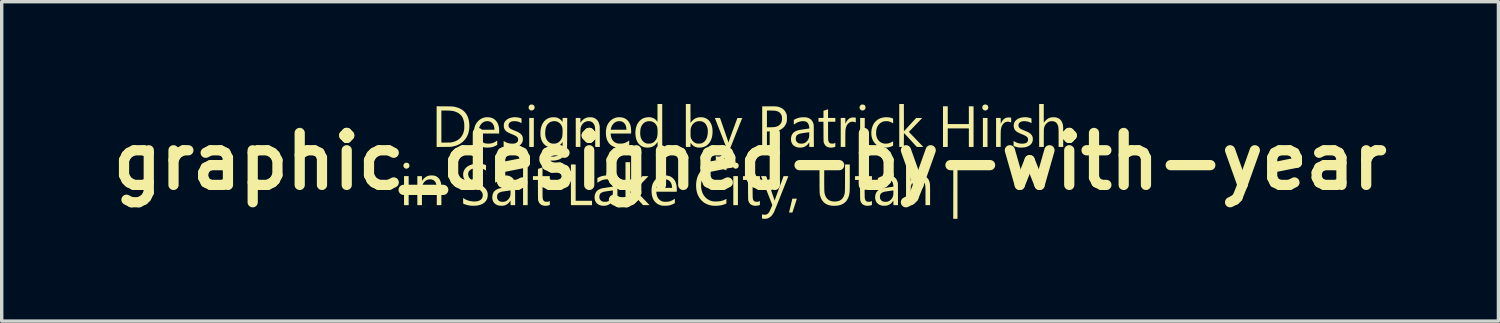
<source format=kicad_pcb>
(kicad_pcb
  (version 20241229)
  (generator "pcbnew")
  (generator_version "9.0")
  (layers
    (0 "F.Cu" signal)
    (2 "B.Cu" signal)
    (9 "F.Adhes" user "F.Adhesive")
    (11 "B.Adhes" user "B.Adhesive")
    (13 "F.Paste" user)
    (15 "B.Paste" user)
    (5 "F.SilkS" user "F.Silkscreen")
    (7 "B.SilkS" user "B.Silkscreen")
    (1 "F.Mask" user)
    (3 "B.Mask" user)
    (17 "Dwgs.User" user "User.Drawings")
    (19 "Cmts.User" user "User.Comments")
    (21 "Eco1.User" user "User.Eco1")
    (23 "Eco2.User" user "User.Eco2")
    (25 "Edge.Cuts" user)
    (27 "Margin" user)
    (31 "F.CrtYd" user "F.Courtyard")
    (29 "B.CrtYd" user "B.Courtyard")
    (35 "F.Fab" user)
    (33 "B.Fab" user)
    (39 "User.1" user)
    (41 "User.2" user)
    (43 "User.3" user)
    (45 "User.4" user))
  (footprint "graphic_designed-by-with-year"
    (layer "F.Cu")
    (at 18.948 1.684)
    (property "Reference" "graphic_designed-by-with-year" (at 0 0 0) (layer "F.SilkS") (effects (font (size 1.524 1.524) (thickness 0.3))))
    (attr board_only exclude_from_pos_files exclude_from_bom)
    (fp_poly (pts (xy -10.013 1.283) (xy -10.148 1.283) (xy -10.148 0.431) (xy -10.013 0.431)) (stroke (width 0) (type solid)) (fill yes) (layer "F.SilkS"))
    (fp_poly (pts (xy -6.522 1.283) (xy -6.657 1.283) (xy -6.657 0.023) (xy -6.522 0.023)) (stroke (width 0) (type solid)) (fill yes) (layer "F.SilkS"))
    (fp_poly (pts (xy -6.342 -0.424) (xy -6.477 -0.424) (xy -6.477 -1.275) (xy -6.342 -1.275)) (stroke (width 0) (type solid)) (fill yes) (layer "F.SilkS"))
    (fp_poly (pts (xy -0.356 1.283) (xy -0.491 1.283) (xy -0.491 0.431) (xy -0.356 0.431)) (stroke (width 0) (type solid)) (fill yes) (layer "F.SilkS"))
    (fp_poly (pts (xy 3.364 -0.424) (xy 3.229 -0.424) (xy 3.229 -1.275) (xy 3.364 -1.275)) (stroke (width 0) (type solid)) (fill yes) (layer "F.SilkS"))
    (fp_poly (pts (xy 6.964 -0.424) (xy 6.829 -0.424) (xy 6.829 -1.275) (xy 6.964 -1.275)) (stroke (width 0) (type solid)) (fill yes) (layer "F.SilkS"))
    (fp_poly (pts (xy -5.115 1.155) (xy -4.635 1.155) (xy -4.635 1.283) (xy -5.254 1.283) (xy -5.254 0.09) (xy -5.115 0.09)) (stroke (width 0) (type solid)) (fill yes) (layer "F.SilkS"))
    (fp_poly (pts (xy 6.083 1.684) (xy 5.959 1.684) (xy 5.96 0.832) (xy 5.961 -0.021) (xy 6.022 -0.022) (xy 6.083 -0.023)) (stroke (width 0) (type solid)) (fill yes) (layer "F.SilkS"))
    (fp_poly (pts (xy 5.798 -1.095) (xy 6.417 -1.095) (xy 6.417 -1.616) (xy 6.555 -1.616) (xy 6.555 -0.424) (xy 6.417 -0.424) (xy 6.417 -0.968) (xy 5.798 -0.968) (xy 5.798 -0.424) (xy 5.659 -0.424) (xy 5.659 -1.616) (xy 5.798 -1.616)) (stroke (width 0) (type solid)) (fill yes) (layer "F.SilkS"))
    (fp_poly (pts (xy -10.052 0.041) (xy -10.029 0.05) (xy -10.011 0.064) (xy -9.999 0.083) (xy -9.992 0.107) (xy -9.99 0.124) (xy -9.994 0.15) (xy -10.003 0.173) (xy -10.019 0.191) (xy -10.04 0.204) (xy -10.052 0.208) (xy -10.07 0.212) (xy -10.085 0.213) (xy -10.101 0.21) (xy -10.105 0.208) (xy -10.128 0.198) (xy -10.146 0.181) (xy -10.159 0.16) (xy -10.165 0.136) (xy -10.166 0.134) (xy -10.165 0.108) (xy -10.158 0.085) (xy -10.145 0.067) (xy -10.128 0.051) (xy -10.11 0.042) (xy -10.088 0.038) (xy -10.079 0.038)) (stroke (width 0) (type solid)) (fill yes) (layer "F.SilkS"))
    (fp_poly (pts (xy -6.38 -1.666) (xy -6.358 -1.657) (xy -6.34 -1.642) (xy -6.327 -1.623) (xy -6.32 -1.599) (xy -6.319 -1.582) (xy -6.322 -1.556) (xy -6.332 -1.534) (xy -6.348 -1.516) (xy -6.369 -1.503) (xy -6.381 -1.498) (xy -6.398 -1.494) (xy -6.413 -1.493) (xy -6.429 -1.497) (xy -6.434 -1.498) (xy -6.457 -1.509) (xy -6.475 -1.525) (xy -6.488 -1.546) (xy -6.494 -1.571) (xy -6.494 -1.572) (xy -6.494 -1.598) (xy -6.486 -1.621) (xy -6.474 -1.639) (xy -6.457 -1.655) (xy -6.438 -1.665) (xy -6.417 -1.669) (xy -6.407 -1.669)) (stroke (width 0) (type solid)) (fill yes) (layer "F.SilkS"))
    (fp_poly (pts (xy -0.395 0.041) (xy -0.372 0.05) (xy -0.354 0.064) (xy -0.342 0.083) (xy -0.335 0.107) (xy -0.334 0.124) (xy -0.337 0.15) (xy -0.347 0.173) (xy -0.362 0.191) (xy -0.383 0.204) (xy -0.395 0.208) (xy -0.413 0.212) (xy -0.428 0.213) (xy -0.444 0.21) (xy -0.449 0.208) (xy -0.472 0.198) (xy -0.49 0.181) (xy -0.502 0.16) (xy -0.509 0.136) (xy -0.509 0.134) (xy -0.508 0.108) (xy -0.501 0.085) (xy -0.489 0.067) (xy -0.471 0.051) (xy -0.453 0.042) (xy -0.431 0.038) (xy -0.422 0.038)) (stroke (width 0) (type solid)) (fill yes) (layer "F.SilkS"))
    (fp_poly (pts (xy 3.325 -1.666) (xy 3.348 -1.657) (xy 3.366 -1.642) (xy 3.378 -1.623) (xy 3.385 -1.599) (xy 3.386 -1.582) (xy 3.383 -1.556) (xy 3.373 -1.534) (xy 3.358 -1.516) (xy 3.337 -1.503) (xy 3.325 -1.498) (xy 3.307 -1.494) (xy 3.292 -1.493) (xy 3.276 -1.497) (xy 3.271 -1.498) (xy 3.248 -1.509) (xy 3.23 -1.525) (xy 3.218 -1.546) (xy 3.212 -1.571) (xy 3.211 -1.572) (xy 3.212 -1.598) (xy 3.219 -1.621) (xy 3.232 -1.639) (xy 3.249 -1.655) (xy 3.267 -1.665) (xy 3.289 -1.669) (xy 3.298 -1.669)) (stroke (width 0) (type solid)) (fill yes) (layer "F.SilkS"))
    (fp_poly (pts (xy 6.925 -1.666) (xy 6.948 -1.657) (xy 6.966 -1.642) (xy 6.979 -1.623) (xy 6.985 -1.599) (xy 6.987 -1.582) (xy 6.983 -1.556) (xy 6.974 -1.534) (xy 6.958 -1.516) (xy 6.937 -1.503) (xy 6.925 -1.498) (xy 6.907 -1.494) (xy 6.892 -1.493) (xy 6.876 -1.497) (xy 6.872 -1.498) (xy 6.849 -1.509) (xy 6.831 -1.525) (xy 6.818 -1.546) (xy 6.812 -1.571) (xy 6.812 -1.572) (xy 6.812 -1.598) (xy 6.819 -1.621) (xy 6.832 -1.639) (xy 6.849 -1.655) (xy 6.867 -1.665) (xy 6.889 -1.669) (xy 6.898 -1.669)) (stroke (width 0) (type solid)) (fill yes) (layer "F.SilkS"))
    (fp_poly (pts (xy 1.346 1.092) (xy 1.361 1.092) (xy 1.37 1.093) (xy 1.373 1.094) (xy 1.371 1.098) (xy 1.368 1.108) (xy 1.363 1.124) (xy 1.356 1.145) (xy 1.348 1.17) (xy 1.339 1.199) (xy 1.329 1.231) (xy 1.318 1.264) (xy 1.306 1.299) (xy 1.295 1.335) (xy 1.283 1.371) (xy 1.272 1.406) (xy 1.261 1.439) (xy 1.258 1.449) (xy 1.241 1.5) (xy 1.192 1.5) (xy 1.174 1.5) (xy 1.159 1.499) (xy 1.149 1.498) (xy 1.144 1.497) (xy 1.144 1.497) (xy 1.145 1.493) (xy 1.147 1.482) (xy 1.151 1.466) (xy 1.156 1.444) (xy 1.163 1.417) (xy 1.17 1.387) (xy 1.178 1.353) (xy 1.187 1.317) (xy 1.192 1.294) (xy 1.24 1.093) (xy 1.306 1.092) (xy 1.328 1.092)) (stroke (width 0) (type solid)) (fill yes) (layer "F.SilkS"))
    (fp_poly (pts (xy 3.061 -1.289) (xy 3.076 -1.286) (xy 3.101 -1.282) (xy 3.101 -1.14) (xy 3.081 -1.15) (xy 3.056 -1.158) (xy 3.028 -1.164) (xy 2.999 -1.165) (xy 2.975 -1.163) (xy 2.941 -1.154) (xy 2.91 -1.138) (xy 2.882 -1.115) (xy 2.857 -1.087) (xy 2.836 -1.053) (xy 2.819 -1.013) (xy 2.809 -0.981) (xy 2.806 -0.968) (xy 2.803 -0.955) (xy 2.801 -0.941) (xy 2.799 -0.925) (xy 2.798 -0.907) (xy 2.797 -0.886) (xy 2.796 -0.861) (xy 2.795 -0.832) (xy 2.794 -0.797) (xy 2.794 -0.758) (xy 2.794 -0.712) (xy 2.794 -0.659) (xy 2.794 -0.65) (xy 2.794 -0.424) (xy 2.659 -0.424) (xy 2.659 -1.275) (xy 2.794 -1.275) (xy 2.795 -1.188) (xy 2.795 -1.16) (xy 2.795 -1.139) (xy 2.796 -1.125) (xy 2.797 -1.115) (xy 2.797 -1.11) (xy 2.798 -1.109) (xy 2.8 -1.111) (xy 2.801 -1.114) (xy 2.822 -1.158) (xy 2.847 -1.197) (xy 2.875 -1.229) (xy 2.906 -1.255) (xy 2.94 -1.274) (xy 2.951 -1.278) (xy 2.974 -1.284) (xy 3.002 -1.288) (xy 3.032 -1.29)) (stroke (width 0) (type solid)) (fill yes) (layer "F.SilkS"))
    (fp_poly (pts (xy 7.617 -1.289) (xy 7.632 -1.286) (xy 7.658 -1.282) (xy 7.658 -1.14) (xy 7.638 -1.15) (xy 7.613 -1.158) (xy 7.584 -1.164) (xy 7.555 -1.165) (xy 7.532 -1.163) (xy 7.498 -1.154) (xy 7.466 -1.138) (xy 7.438 -1.115) (xy 7.413 -1.087) (xy 7.392 -1.053) (xy 7.375 -1.013) (xy 7.365 -0.981) (xy 7.362 -0.968) (xy 7.36 -0.955) (xy 7.358 -0.941) (xy 7.356 -0.925) (xy 7.354 -0.907) (xy 7.353 -0.886) (xy 7.352 -0.861) (xy 7.351 -0.832) (xy 7.351 -0.797) (xy 7.351 -0.758) (xy 7.35 -0.712) (xy 7.35 -0.659) (xy 7.35 -0.65) (xy 7.35 -0.424) (xy 7.215 -0.424) (xy 7.215 -1.275) (xy 7.35 -1.275) (xy 7.351 -1.188) (xy 7.352 -1.16) (xy 7.352 -1.139) (xy 7.352 -1.125) (xy 7.353 -1.115) (xy 7.354 -1.11) (xy 7.355 -1.109) (xy 7.356 -1.111) (xy 7.358 -1.114) (xy 7.379 -1.158) (xy 7.404 -1.197) (xy 7.431 -1.229) (xy 7.462 -1.255) (xy 7.496 -1.274) (xy 7.507 -1.278) (xy 7.531 -1.284) (xy 7.559 -1.288) (xy 7.588 -1.29)) (stroke (width 0) (type solid)) (fill yes) (layer "F.SilkS"))
    (fp_poly (pts (xy -3.517 0.423) (xy -3.516 0.823) (xy -3.338 0.629) (xy -3.309 0.596) (xy -3.28 0.566) (xy -3.254 0.537) (xy -3.23 0.511) (xy -3.209 0.488) (xy -3.19 0.468) (xy -3.175 0.452) (xy -3.164 0.441) (xy -3.158 0.434) (xy -3.156 0.433) (xy -3.151 0.432) (xy -3.14 0.432) (xy -3.124 0.432) (xy -3.103 0.432) (xy -3.079 0.432) (xy -3.066 0.432) (xy -2.98 0.433) (xy -3.176 0.637) (xy -3.372 0.841) (xy -3.342 0.871) (xy -3.334 0.88) (xy -3.322 0.893) (xy -3.305 0.91) (xy -3.285 0.931) (xy -3.262 0.955) (xy -3.236 0.982) (xy -3.209 1.01) (xy -3.18 1.04) (xy -3.154 1.067) (xy -3.125 1.097) (xy -3.097 1.126) (xy -3.07 1.154) (xy -3.045 1.18) (xy -3.023 1.203) (xy -3.004 1.223) (xy -2.988 1.239) (xy -2.977 1.251) (xy -2.971 1.257) (xy -2.946 1.283) (xy -3.137 1.283) (xy -3.325 1.078) (xy -3.355 1.045) (xy -3.384 1.014) (xy -3.411 0.984) (xy -3.436 0.958) (xy -3.458 0.934) (xy -3.477 0.913) (xy -3.493 0.897) (xy -3.505 0.884) (xy -3.512 0.876) (xy -3.515 0.874) (xy -3.515 0.877) (xy -3.516 0.888) (xy -3.516 0.905) (xy -3.517 0.927) (xy -3.517 0.953) (xy -3.517 0.984) (xy -3.518 1.019) (xy -3.518 1.056) (xy -3.518 1.078) (xy -3.518 1.283) (xy -3.653 1.283) (xy -3.653 0.023) (xy -3.518 0.023)) (stroke (width 0) (type solid)) (fill yes) (layer "F.SilkS"))
    (fp_poly (pts (xy 4.512 -1.284) (xy 4.513 -0.884) (xy 4.691 -1.078) (xy 4.721 -1.11) (xy 4.749 -1.141) (xy 4.775 -1.169) (xy 4.799 -1.195) (xy 4.821 -1.218) (xy 4.839 -1.238) (xy 4.854 -1.254) (xy 4.865 -1.265) (xy 4.871 -1.272) (xy 4.873 -1.274) (xy 4.878 -1.274) (xy 4.889 -1.274) (xy 4.906 -1.274) (xy 4.926 -1.274) (xy 4.95 -1.274) (xy 4.963 -1.274) (xy 5.049 -1.273) (xy 4.853 -1.069) (xy 4.657 -0.865) (xy 4.687 -0.835) (xy 4.695 -0.827) (xy 4.707 -0.814) (xy 4.724 -0.796) (xy 4.744 -0.775) (xy 4.768 -0.751) (xy 4.793 -0.725) (xy 4.821 -0.696) (xy 4.849 -0.667) (xy 4.875 -0.639) (xy 4.904 -0.609) (xy 4.933 -0.58) (xy 4.959 -0.552) (xy 4.984 -0.526) (xy 5.006 -0.503) (xy 5.025 -0.484) (xy 5.041 -0.467) (xy 5.052 -0.456) (xy 5.059 -0.449) (xy 5.083 -0.424) (xy 4.892 -0.424) (xy 4.705 -0.628) (xy 4.674 -0.661) (xy 4.645 -0.693) (xy 4.618 -0.722) (xy 4.593 -0.749) (xy 4.571 -0.773) (xy 4.552 -0.793) (xy 4.536 -0.81) (xy 4.525 -0.822) (xy 4.517 -0.83) (xy 4.514 -0.832) (xy 4.514 -0.829) (xy 4.513 -0.818) (xy 4.513 -0.802) (xy 4.512 -0.78) (xy 4.512 -0.753) (xy 4.512 -0.722) (xy 4.512 -0.688) (xy 4.511 -0.651) (xy 4.511 -0.628) (xy 4.511 -0.424) (xy 4.376 -0.424) (xy 4.376 -1.684) (xy 4.511 -1.684)) (stroke (width 0) (type solid)) (fill yes) (layer "F.SilkS"))
    (fp_poly (pts (xy -6.087 0.431) (xy -5.873 0.431) (xy -5.873 0.544) (xy -6.087 0.544) (xy -6.086 0.796) (xy -6.086 0.843) (xy -6.086 0.888) (xy -6.086 0.929) (xy -6.086 0.967) (xy -6.085 1) (xy -6.085 1.027) (xy -6.084 1.05) (xy -6.083 1.065) (xy -6.083 1.074) (xy -6.083 1.074) (xy -6.076 1.107) (xy -6.066 1.132) (xy -6.052 1.153) (xy -6.035 1.168) (xy -6.024 1.174) (xy -6.015 1.178) (xy -6.006 1.181) (xy -5.995 1.182) (xy -5.98 1.183) (xy -5.963 1.183) (xy -5.944 1.183) (xy -5.93 1.182) (xy -5.92 1.181) (xy -5.911 1.178) (xy -5.901 1.174) (xy -5.896 1.172) (xy -5.873 1.16) (xy -5.873 1.275) (xy -5.89 1.283) (xy -5.908 1.289) (xy -5.932 1.294) (xy -5.958 1.298) (xy -5.985 1.301) (xy -6.011 1.301) (xy -6.033 1.3) (xy -6.04 1.299) (xy -6.048 1.297) (xy -6.059 1.295) (xy -6.068 1.293) (xy -6.102 1.283) (xy -6.134 1.266) (xy -6.161 1.243) (xy -6.183 1.215) (xy -6.201 1.181) (xy -6.213 1.147) (xy -6.214 1.142) (xy -6.215 1.136) (xy -6.216 1.129) (xy -6.217 1.12) (xy -6.217 1.108) (xy -6.218 1.093) (xy -6.219 1.075) (xy -6.219 1.052) (xy -6.219 1.025) (xy -6.22 0.993) (xy -6.22 0.956) (xy -6.22 0.912) (xy -6.22 0.861) (xy -6.221 0.833) (xy -6.222 0.544) (xy -6.368 0.544) (xy -6.368 0.431) (xy -6.222 0.431) (xy -6.22 0.221) (xy -6.153 0.199) (xy -6.087 0.177)) (stroke (width 0) (type solid)) (fill yes) (layer "F.SilkS"))
    (fp_poly (pts (xy 0.075 0.431) (xy 0.289 0.431) (xy 0.289 0.544) (xy 0.075 0.544) (xy 0.075 0.796) (xy 0.075 0.843) (xy 0.075 0.888) (xy 0.076 0.929) (xy 0.076 0.967) (xy 0.076 1) (xy 0.077 1.027) (xy 0.078 1.05) (xy 0.078 1.065) (xy 0.079 1.074) (xy 0.079 1.074) (xy 0.085 1.107) (xy 0.095 1.132) (xy 0.109 1.153) (xy 0.127 1.168) (xy 0.138 1.174) (xy 0.147 1.178) (xy 0.156 1.181) (xy 0.167 1.182) (xy 0.181 1.183) (xy 0.199 1.183) (xy 0.218 1.183) (xy 0.232 1.182) (xy 0.242 1.181) (xy 0.251 1.178) (xy 0.26 1.174) (xy 0.265 1.172) (xy 0.289 1.16) (xy 0.289 1.275) (xy 0.271 1.283) (xy 0.253 1.289) (xy 0.23 1.294) (xy 0.203 1.298) (xy 0.176 1.301) (xy 0.151 1.301) (xy 0.129 1.3) (xy 0.122 1.299) (xy 0.114 1.297) (xy 0.102 1.295) (xy 0.094 1.293) (xy 0.059 1.283) (xy 0.028 1.266) (xy 0.001 1.243) (xy -0.022 1.215) (xy -0.04 1.181) (xy -0.051 1.147) (xy -0.052 1.142) (xy -0.054 1.136) (xy -0.054 1.129) (xy -0.055 1.12) (xy -0.056 1.108) (xy -0.057 1.093) (xy -0.057 1.075) (xy -0.057 1.052) (xy -0.058 1.025) (xy -0.058 0.993) (xy -0.058 0.956) (xy -0.059 0.912) (xy -0.059 0.861) (xy -0.059 0.833) (xy -0.06 0.544) (xy -0.206 0.544) (xy -0.206 0.431) (xy -0.06 0.431) (xy -0.058 0.221) (xy 0.008 0.199) (xy 0.075 0.177)) (stroke (width 0) (type solid)) (fill yes) (layer "F.SilkS"))
    (fp_poly (pts (xy 2.288 -1.275) (xy 2.501 -1.275) (xy 2.501 -1.163) (xy 2.288 -1.163) (xy 2.288 -0.91) (xy 2.288 -0.863) (xy 2.288 -0.818) (xy 2.288 -0.777) (xy 2.289 -0.74) (xy 2.289 -0.707) (xy 2.29 -0.679) (xy 2.29 -0.657) (xy 2.291 -0.641) (xy 2.291 -0.632) (xy 2.291 -0.632) (xy 2.298 -0.6) (xy 2.308 -0.574) (xy 2.322 -0.554) (xy 2.339 -0.538) (xy 2.35 -0.532) (xy 2.359 -0.528) (xy 2.368 -0.526) (xy 2.379 -0.524) (xy 2.394 -0.523) (xy 2.411 -0.523) (xy 2.431 -0.523) (xy 2.444 -0.524) (xy 2.454 -0.525) (xy 2.463 -0.528) (xy 2.473 -0.532) (xy 2.478 -0.535) (xy 2.501 -0.546) (xy 2.501 -0.431) (xy 2.484 -0.423) (xy 2.466 -0.417) (xy 2.442 -0.412) (xy 2.416 -0.408) (xy 2.389 -0.406) (xy 2.363 -0.405) (xy 2.342 -0.406) (xy 2.334 -0.407) (xy 2.327 -0.409) (xy 2.315 -0.411) (xy 2.306 -0.413) (xy 2.272 -0.423) (xy 2.241 -0.44) (xy 2.214 -0.463) (xy 2.191 -0.492) (xy 2.173 -0.525) (xy 2.161 -0.559) (xy 2.16 -0.564) (xy 2.159 -0.57) (xy 2.158 -0.577) (xy 2.157 -0.587) (xy 2.157 -0.599) (xy 2.156 -0.613) (xy 2.156 -0.632) (xy 2.155 -0.654) (xy 2.155 -0.681) (xy 2.154 -0.713) (xy 2.154 -0.751) (xy 2.154 -0.795) (xy 2.154 -0.845) (xy 2.154 -0.873) (xy 2.152 -1.163) (xy 2.006 -1.163) (xy 2.006 -1.275) (xy 2.152 -1.275) (xy 2.154 -1.486) (xy 2.221 -1.507) (xy 2.288 -1.529)) (stroke (width 0) (type solid)) (fill yes) (layer "F.SilkS"))
    (fp_poly (pts (xy 3.36 0.431) (xy 3.574 0.431) (xy 3.574 0.544) (xy 3.36 0.544) (xy 3.36 0.796) (xy 3.36 0.843) (xy 3.36 0.888) (xy 3.361 0.929) (xy 3.361 0.967) (xy 3.362 1) (xy 3.362 1.027) (xy 3.363 1.05) (xy 3.363 1.065) (xy 3.364 1.074) (xy 3.364 1.074) (xy 3.371 1.107) (xy 3.381 1.132) (xy 3.394 1.153) (xy 3.412 1.168) (xy 3.423 1.174) (xy 3.432 1.178) (xy 3.441 1.181) (xy 3.452 1.182) (xy 3.466 1.183) (xy 3.484 1.183) (xy 3.503 1.183) (xy 3.517 1.182) (xy 3.527 1.181) (xy 3.536 1.178) (xy 3.545 1.174) (xy 3.551 1.172) (xy 3.574 1.16) (xy 3.574 1.275) (xy 3.557 1.283) (xy 3.538 1.289) (xy 3.515 1.294) (xy 3.489 1.298) (xy 3.461 1.301) (xy 3.436 1.301) (xy 3.414 1.3) (xy 3.407 1.299) (xy 3.399 1.297) (xy 3.387 1.295) (xy 3.379 1.293) (xy 3.344 1.283) (xy 3.313 1.266) (xy 3.286 1.243) (xy 3.263 1.215) (xy 3.245 1.181) (xy 3.234 1.147) (xy 3.233 1.142) (xy 3.232 1.136) (xy 3.231 1.129) (xy 3.23 1.12) (xy 3.229 1.108) (xy 3.229 1.093) (xy 3.228 1.075) (xy 3.228 1.052) (xy 3.227 1.025) (xy 3.227 0.993) (xy 3.227 0.956) (xy 3.227 0.912) (xy 3.226 0.861) (xy 3.226 0.833) (xy 3.225 0.544) (xy 3.079 0.544) (xy 3.079 0.431) (xy 3.225 0.431) (xy 3.227 0.221) (xy 3.294 0.199) (xy 3.36 0.177)) (stroke (width 0) (type solid)) (fill yes) (layer "F.SilkS"))
    (fp_poly (pts (xy -9.298 0.412) (xy -9.27 0.416) (xy -9.255 0.419) (xy -9.219 0.431) (xy -9.188 0.447) (xy -9.16 0.468) (xy -9.14 0.486) (xy -9.125 0.502) (xy -9.113 0.517) (xy -9.103 0.532) (xy -9.094 0.55) (xy -9.093 0.552) (xy -9.074 0.6) (xy -9.06 0.652) (xy -9.057 0.673) (xy -9.056 0.682) (xy -9.056 0.697) (xy -9.055 0.719) (xy -9.054 0.748) (xy -9.054 0.781) (xy -9.054 0.82) (xy -9.053 0.863) (xy -9.053 0.911) (xy -9.053 0.962) (xy -9.053 0.991) (xy -9.053 1.283) (xy -9.188 1.283) (xy -9.188 1.021) (xy -9.188 0.966) (xy -9.188 0.918) (xy -9.188 0.876) (xy -9.189 0.84) (xy -9.189 0.809) (xy -9.19 0.782) (xy -9.191 0.76) (xy -9.192 0.741) (xy -9.193 0.725) (xy -9.194 0.711) (xy -9.196 0.698) (xy -9.199 0.687) (xy -9.201 0.676) (xy -9.203 0.668) (xy -9.217 0.63) (xy -9.235 0.597) (xy -9.258 0.571) (xy -9.286 0.55) (xy -9.318 0.536) (xy -9.354 0.527) (xy -9.385 0.525) (xy -9.426 0.529) (xy -9.464 0.539) (xy -9.499 0.556) (xy -9.531 0.579) (xy -9.559 0.608) (xy -9.583 0.641) (xy -9.601 0.68) (xy -9.608 0.698) (xy -9.61 0.708) (xy -9.613 0.717) (xy -9.615 0.728) (xy -9.617 0.74) (xy -9.618 0.754) (xy -9.62 0.77) (xy -9.621 0.79) (xy -9.622 0.813) (xy -9.622 0.84) (xy -9.622 0.872) (xy -9.623 0.91) (xy -9.623 0.953) (xy -9.623 1.004) (xy -9.623 1.032) (xy -9.623 1.283) (xy -9.758 1.283) (xy -9.758 0.431) (xy -9.623 0.431) (xy -9.623 0.501) (xy -9.623 0.523) (xy -9.622 0.542) (xy -9.622 0.557) (xy -9.621 0.566) (xy -9.62 0.57) (xy -9.616 0.567) (xy -9.613 0.562) (xy -9.606 0.55) (xy -9.595 0.535) (xy -9.581 0.519) (xy -9.566 0.502) (xy -9.55 0.487) (xy -9.538 0.476) (xy -9.5 0.45) (xy -9.457 0.43) (xy -9.421 0.419) (xy -9.394 0.414) (xy -9.363 0.411) (xy -9.33 0.411)) (stroke (width 0) (type solid)) (fill yes) (layer "F.SilkS"))
    (fp_poly (pts (xy -4.652 -1.294) (xy -4.623 -1.29) (xy -4.608 -1.287) (xy -4.573 -1.275) (xy -4.542 -1.259) (xy -4.513 -1.239) (xy -4.494 -1.221) (xy -4.478 -1.204) (xy -4.466 -1.19) (xy -4.457 -1.175) (xy -4.447 -1.157) (xy -4.446 -1.155) (xy -4.427 -1.106) (xy -4.414 -1.054) (xy -4.41 -1.033) (xy -4.41 -1.025) (xy -4.409 -1.009) (xy -4.408 -0.987) (xy -4.408 -0.959) (xy -4.408 -0.925) (xy -4.407 -0.886) (xy -4.407 -0.843) (xy -4.407 -0.795) (xy -4.407 -0.744) (xy -4.407 -0.715) (xy -4.406 -0.424) (xy -4.541 -0.424) (xy -4.541 -0.685) (xy -4.542 -0.74) (xy -4.542 -0.789) (xy -4.542 -0.83) (xy -4.542 -0.867) (xy -4.543 -0.897) (xy -4.543 -0.924) (xy -4.544 -0.946) (xy -4.545 -0.965) (xy -4.546 -0.982) (xy -4.548 -0.996) (xy -4.55 -1.008) (xy -4.552 -1.019) (xy -4.555 -1.03) (xy -4.557 -1.039) (xy -4.57 -1.077) (xy -4.589 -1.109) (xy -4.612 -1.135) (xy -4.639 -1.156) (xy -4.671 -1.171) (xy -4.707 -1.179) (xy -4.738 -1.181) (xy -4.779 -1.178) (xy -4.817 -1.167) (xy -4.853 -1.15) (xy -4.885 -1.127) (xy -4.913 -1.099) (xy -4.936 -1.065) (xy -4.955 -1.026) (xy -4.961 -1.009) (xy -4.964 -0.999) (xy -4.966 -0.989) (xy -4.969 -0.978) (xy -4.97 -0.966) (xy -4.972 -0.953) (xy -4.973 -0.936) (xy -4.974 -0.917) (xy -4.975 -0.894) (xy -4.976 -0.866) (xy -4.976 -0.834) (xy -4.976 -0.797) (xy -4.976 -0.753) (xy -4.976 -0.703) (xy -4.976 -0.675) (xy -4.976 -0.424) (xy -5.112 -0.424) (xy -5.112 -1.275) (xy -4.976 -1.275) (xy -4.976 -1.206) (xy -4.976 -1.184) (xy -4.976 -1.165) (xy -4.975 -1.15) (xy -4.974 -1.14) (xy -4.973 -1.136) (xy -4.97 -1.139) (xy -4.966 -1.145) (xy -4.96 -1.156) (xy -4.948 -1.171) (xy -4.935 -1.187) (xy -4.919 -1.204) (xy -4.904 -1.219) (xy -4.891 -1.23) (xy -4.853 -1.256) (xy -4.811 -1.276) (xy -4.775 -1.287) (xy -4.748 -1.292) (xy -4.717 -1.295) (xy -4.684 -1.295)) (stroke (width 0) (type solid)) (fill yes) (layer "F.SilkS"))
    (fp_poly (pts (xy 0.6 -1.616) (xy 0.642 -1.616) (xy 0.678 -1.616) (xy 0.709 -1.615) (xy 0.735 -1.614) (xy 0.757 -1.613) (xy 0.776 -1.611) (xy 0.793 -1.609) (xy 0.808 -1.607) (xy 0.822 -1.603) (xy 0.837 -1.6) (xy 0.851 -1.595) (xy 0.857 -1.593) (xy 0.905 -1.574) (xy 0.947 -1.55) (xy 0.984 -1.521) (xy 1.016 -1.487) (xy 1.042 -1.447) (xy 1.048 -1.434) (xy 1.059 -1.412) (xy 1.067 -1.392) (xy 1.073 -1.373) (xy 1.077 -1.353) (xy 1.08 -1.331) (xy 1.081 -1.305) (xy 1.082 -1.273) (xy 1.082 -1.264) (xy 1.081 -1.231) (xy 1.08 -1.203) (xy 1.078 -1.18) (xy 1.074 -1.16) (xy 1.069 -1.141) (xy 1.062 -1.121) (xy 1.052 -1.1) (xy 1.05 -1.096) (xy 1.035 -1.067) (xy 1.02 -1.043) (xy 1.003 -1.021) (xy 0.983 -0.998) (xy 0.944 -0.964) (xy 0.902 -0.936) (xy 0.856 -0.913) (xy 0.805 -0.895) (xy 0.749 -0.883) (xy 0.748 -0.883) (xy 0.733 -0.881) (xy 0.715 -0.88) (xy 0.691 -0.879) (xy 0.662 -0.878) (xy 0.627 -0.878) (xy 0.605 -0.878) (xy 0.495 -0.878) (xy 0.495 -0.424) (xy 0.356 -0.424) (xy 0.356 -1.493) (xy 0.495 -1.493) (xy 0.495 -1) (xy 0.601 -1.002) (xy 0.635 -1.003) (xy 0.662 -1.004) (xy 0.684 -1.005) (xy 0.702 -1.006) (xy 0.717 -1.008) (xy 0.729 -1.009) (xy 0.741 -1.012) (xy 0.785 -1.025) (xy 0.824 -1.042) (xy 0.858 -1.065) (xy 0.886 -1.093) (xy 0.908 -1.125) (xy 0.925 -1.161) (xy 0.932 -1.187) (xy 0.935 -1.205) (xy 0.936 -1.228) (xy 0.937 -1.253) (xy 0.936 -1.278) (xy 0.935 -1.302) (xy 0.932 -1.323) (xy 0.929 -1.339) (xy 0.929 -1.339) (xy 0.913 -1.376) (xy 0.893 -1.407) (xy 0.867 -1.433) (xy 0.835 -1.455) (xy 0.798 -1.471) (xy 0.759 -1.482) (xy 0.748 -1.484) (xy 0.736 -1.486) (xy 0.723 -1.488) (xy 0.706 -1.489) (xy 0.686 -1.49) (xy 0.661 -1.491) (xy 0.63 -1.491) (xy 0.61 -1.492) (xy 0.495 -1.493) (xy 0.356 -1.493) (xy 0.356 -1.616) (xy 0.552 -1.616)) (stroke (width 0) (type solid)) (fill yes) (layer "F.SilkS"))
    (fp_poly (pts (xy 4.71 0.296) (xy 4.71 0.341) (xy 4.71 0.383) (xy 4.711 0.423) (xy 4.711 0.459) (xy 4.711 0.491) (xy 4.711 0.518) (xy 4.712 0.54) (xy 4.712 0.557) (xy 4.713 0.567) (xy 4.713 0.57) (xy 4.716 0.567) (xy 4.722 0.559) (xy 4.73 0.548) (xy 4.731 0.547) (xy 4.74 0.535) (xy 4.753 0.52) (xy 4.767 0.504) (xy 4.779 0.493) (xy 4.815 0.463) (xy 4.854 0.44) (xy 4.898 0.423) (xy 4.911 0.419) (xy 4.935 0.415) (xy 4.964 0.412) (xy 4.996 0.411) (xy 5.027 0.412) (xy 5.057 0.415) (xy 5.081 0.419) (xy 5.083 0.419) (xy 5.124 0.434) (xy 5.161 0.454) (xy 5.192 0.478) (xy 5.219 0.509) (xy 5.241 0.545) (xy 5.258 0.587) (xy 5.271 0.634) (xy 5.276 0.666) (xy 5.277 0.674) (xy 5.278 0.69) (xy 5.278 0.712) (xy 5.279 0.74) (xy 5.279 0.774) (xy 5.28 0.813) (xy 5.28 0.856) (xy 5.28 0.904) (xy 5.28 0.955) (xy 5.28 0.987) (xy 5.28 1.283) (xy 5.145 1.283) (xy 5.145 1.019) (xy 5.145 0.963) (xy 5.145 0.915) (xy 5.145 0.872) (xy 5.145 0.835) (xy 5.144 0.804) (xy 5.143 0.777) (xy 5.143 0.754) (xy 5.141 0.735) (xy 5.14 0.719) (xy 5.138 0.704) (xy 5.136 0.692) (xy 5.134 0.681) (xy 5.131 0.67) (xy 5.128 0.659) (xy 5.126 0.655) (xy 5.112 0.619) (xy 5.093 0.59) (xy 5.071 0.566) (xy 5.044 0.548) (xy 5.012 0.534) (xy 4.996 0.53) (xy 4.97 0.526) (xy 4.94 0.526) (xy 4.91 0.529) (xy 4.883 0.534) (xy 4.876 0.537) (xy 4.84 0.553) (xy 4.808 0.575) (xy 4.779 0.604) (xy 4.755 0.637) (xy 4.735 0.675) (xy 4.721 0.715) (xy 4.719 0.72) (xy 4.718 0.726) (xy 4.717 0.732) (xy 4.716 0.74) (xy 4.715 0.748) (xy 4.714 0.759) (xy 4.713 0.773) (xy 4.713 0.79) (xy 4.713 0.81) (xy 4.712 0.836) (xy 4.712 0.866) (xy 4.712 0.901) (xy 4.711 0.943) (xy 4.711 0.992) (xy 4.711 1.013) (xy 4.71 1.283) (xy 4.575 1.283) (xy 4.575 0.023) (xy 4.71 0.023)) (stroke (width 0) (type solid)) (fill yes) (layer "F.SilkS"))
    (fp_poly (pts (xy 8.614 -1.41) (xy 8.614 -1.366) (xy 8.614 -1.323) (xy 8.614 -1.284) (xy 8.615 -1.248) (xy 8.615 -1.216) (xy 8.615 -1.188) (xy 8.616 -1.166) (xy 8.616 -1.15) (xy 8.617 -1.14) (xy 8.617 -1.136) (xy 8.62 -1.139) (xy 8.626 -1.147) (xy 8.634 -1.158) (xy 8.635 -1.159) (xy 8.644 -1.171) (xy 8.657 -1.186) (xy 8.671 -1.202) (xy 8.683 -1.213) (xy 8.719 -1.243) (xy 8.758 -1.266) (xy 8.802 -1.283) (xy 8.815 -1.287) (xy 8.839 -1.292) (xy 8.868 -1.294) (xy 8.9 -1.295) (xy 8.931 -1.295) (xy 8.96 -1.292) (xy 8.985 -1.287) (xy 8.987 -1.287) (xy 9.028 -1.272) (xy 9.065 -1.253) (xy 9.096 -1.228) (xy 9.123 -1.197) (xy 9.145 -1.161) (xy 9.162 -1.12) (xy 9.175 -1.072) (xy 9.18 -1.041) (xy 9.181 -1.032) (xy 9.182 -1.017) (xy 9.182 -0.994) (xy 9.183 -0.966) (xy 9.183 -0.932) (xy 9.183 -0.894) (xy 9.184 -0.85) (xy 9.184 -0.802) (xy 9.184 -0.751) (xy 9.184 -0.719) (xy 9.184 -0.424) (xy 9.049 -0.424) (xy 9.049 -0.687) (xy 9.049 -0.743) (xy 9.049 -0.792) (xy 9.049 -0.834) (xy 9.049 -0.871) (xy 9.048 -0.902) (xy 9.047 -0.929) (xy 9.046 -0.952) (xy 9.045 -0.971) (xy 9.044 -0.988) (xy 9.042 -1.002) (xy 9.04 -1.014) (xy 9.038 -1.026) (xy 9.035 -1.036) (xy 9.032 -1.047) (xy 9.03 -1.051) (xy 9.015 -1.087) (xy 8.997 -1.117) (xy 8.975 -1.141) (xy 8.948 -1.159) (xy 8.916 -1.172) (xy 8.9 -1.176) (xy 8.874 -1.18) (xy 8.844 -1.18) (xy 8.814 -1.178) (xy 8.787 -1.172) (xy 8.78 -1.17) (xy 8.744 -1.154) (xy 8.712 -1.131) (xy 8.683 -1.103) (xy 8.658 -1.069) (xy 8.639 -1.031) (xy 8.625 -0.992) (xy 8.623 -0.986) (xy 8.622 -0.98) (xy 8.621 -0.974) (xy 8.62 -0.967) (xy 8.619 -0.958) (xy 8.618 -0.947) (xy 8.617 -0.934) (xy 8.617 -0.917) (xy 8.617 -0.896) (xy 8.616 -0.871) (xy 8.616 -0.841) (xy 8.616 -0.805) (xy 8.615 -0.763) (xy 8.615 -0.714) (xy 8.615 -0.693) (xy 8.614 -0.424) (xy 8.479 -0.424) (xy 8.479 -1.684) (xy 8.614 -1.684)) (stroke (width 0) (type solid)) (fill yes) (layer "F.SilkS"))
    (fp_poly (pts (xy -8.964 -1.615) (xy -8.913 -1.615) (xy -8.869 -1.615) (xy -8.831 -1.614) (xy -8.799 -1.614) (xy -8.771 -1.613) (xy -8.747 -1.612) (xy -8.726 -1.61) (xy -8.707 -1.609) (xy -8.69 -1.606) (xy -8.675 -1.604) (xy -8.659 -1.6) (xy -8.643 -1.597) (xy -8.625 -1.592) (xy -8.61 -1.588) (xy -8.549 -1.568) (xy -8.493 -1.543) (xy -8.442 -1.513) (xy -8.397 -1.478) (xy -8.357 -1.437) (xy -8.323 -1.392) (xy -8.294 -1.341) (xy -8.271 -1.285) (xy -8.253 -1.225) (xy -8.241 -1.163) (xy -8.234 -1.09) (xy -8.233 -1.019) (xy -8.237 -0.951) (xy -8.248 -0.885) (xy -8.264 -0.823) (xy -8.286 -0.764) (xy -8.314 -0.71) (xy -8.329 -0.686) (xy -8.367 -0.635) (xy -8.411 -0.588) (xy -8.459 -0.548) (xy -8.512 -0.513) (xy -8.571 -0.483) (xy -8.634 -0.459) (xy -8.703 -0.441) (xy -8.736 -0.434) (xy -8.746 -0.433) (xy -8.756 -0.431) (xy -8.766 -0.43) (xy -8.778 -0.429) (xy -8.793 -0.428) (xy -8.811 -0.427) (xy -8.832 -0.427) (xy -8.858 -0.426) (xy -8.889 -0.426) (xy -8.925 -0.425) (xy -8.969 -0.425) (xy -8.985 -0.425) (xy -9.192 -0.423) (xy -9.192 -1.493) (xy -9.053 -1.493) (xy -9.053 -0.551) (xy -8.917 -0.552) (xy -8.88 -0.553) (xy -8.85 -0.553) (xy -8.826 -0.554) (xy -8.806 -0.554) (xy -8.79 -0.555) (xy -8.776 -0.556) (xy -8.765 -0.558) (xy -8.753 -0.56) (xy -8.742 -0.562) (xy -8.741 -0.562) (xy -8.681 -0.578) (xy -8.627 -0.598) (xy -8.577 -0.625) (xy -8.533 -0.656) (xy -8.494 -0.693) (xy -8.461 -0.734) (xy -8.433 -0.78) (xy -8.411 -0.831) (xy -8.402 -0.857) (xy -8.394 -0.887) (xy -8.388 -0.915) (xy -8.384 -0.943) (xy -8.382 -0.973) (xy -8.381 -1.008) (xy -8.381 -1.035) (xy -8.382 -1.094) (xy -8.388 -1.148) (xy -8.398 -1.196) (xy -8.412 -1.24) (xy -8.43 -1.282) (xy -8.453 -1.321) (xy -8.454 -1.322) (xy -8.483 -1.359) (xy -8.519 -1.391) (xy -8.559 -1.42) (xy -8.605 -1.444) (xy -8.652 -1.462) (xy -8.678 -1.47) (xy -8.704 -1.476) (xy -8.731 -1.481) (xy -8.76 -1.485) (xy -8.792 -1.488) (xy -8.828 -1.49) (xy -8.869 -1.492) (xy -8.916 -1.492) (xy -8.947 -1.493) (xy -9.053 -1.493) (xy -9.192 -1.493) (xy -9.192 -1.617)) (stroke (width 0) (type solid)) (fill yes) (layer "F.SilkS"))
    (fp_poly (pts (xy 4.046 -1.295) (xy 4.097 -1.288) (xy 4.145 -1.276) (xy 4.186 -1.26) (xy 4.196 -1.255) (xy 4.196 -1.186) (xy 4.196 -1.165) (xy 4.196 -1.146) (xy 4.196 -1.131) (xy 4.195 -1.121) (xy 4.194 -1.118) (xy 4.19 -1.12) (xy 4.183 -1.124) (xy 4.182 -1.125) (xy 4.166 -1.134) (xy 4.145 -1.145) (xy 4.121 -1.155) (xy 4.098 -1.165) (xy 4.085 -1.169) (xy 4.071 -1.173) (xy 4.058 -1.176) (xy 4.044 -1.178) (xy 4.028 -1.179) (xy 4.008 -1.179) (xy 3.998 -1.179) (xy 3.968 -1.179) (xy 3.943 -1.177) (xy 3.922 -1.173) (xy 3.901 -1.168) (xy 3.88 -1.159) (xy 3.868 -1.154) (xy 3.829 -1.131) (xy 3.794 -1.102) (xy 3.764 -1.068) (xy 3.739 -1.029) (xy 3.72 -0.985) (xy 3.706 -0.937) (xy 3.703 -0.926) (xy 3.701 -0.905) (xy 3.699 -0.879) (xy 3.698 -0.85) (xy 3.698 -0.821) (xy 3.699 -0.794) (xy 3.701 -0.771) (xy 3.702 -0.766) (xy 3.712 -0.719) (xy 3.729 -0.676) (xy 3.751 -0.638) (xy 3.778 -0.604) (xy 3.809 -0.575) (xy 3.845 -0.552) (xy 3.885 -0.535) (xy 3.914 -0.527) (xy 3.943 -0.523) (xy 3.975 -0.521) (xy 4.009 -0.522) (xy 4.042 -0.525) (xy 4.066 -0.53) (xy 4.099 -0.541) (xy 4.133 -0.556) (xy 4.166 -0.573) (xy 4.178 -0.581) (xy 4.195 -0.592) (xy 4.196 -0.532) (xy 4.196 -0.511) (xy 4.196 -0.493) (xy 4.196 -0.478) (xy 4.195 -0.469) (xy 4.195 -0.466) (xy 4.189 -0.46) (xy 4.178 -0.453) (xy 4.161 -0.445) (xy 4.141 -0.437) (xy 4.119 -0.429) (xy 4.095 -0.422) (xy 4.071 -0.416) (xy 4.048 -0.411) (xy 4.045 -0.411) (xy 4.019 -0.408) (xy 3.989 -0.406) (xy 3.956 -0.406) (xy 3.924 -0.407) (xy 3.895 -0.409) (xy 3.878 -0.411) (xy 3.829 -0.424) (xy 3.781 -0.442) (xy 3.738 -0.466) (xy 3.698 -0.494) (xy 3.692 -0.5) (xy 3.654 -0.539) (xy 3.623 -0.582) (xy 3.597 -0.629) (xy 3.578 -0.681) (xy 3.564 -0.736) (xy 3.557 -0.794) (xy 3.557 -0.854) (xy 3.558 -0.881) (xy 3.567 -0.943) (xy 3.581 -1) (xy 3.601 -1.054) (xy 3.626 -1.102) (xy 3.657 -1.146) (xy 3.693 -1.185) (xy 3.734 -1.219) (xy 3.781 -1.247) (xy 3.793 -1.253) (xy 3.839 -1.271) (xy 3.889 -1.285) (xy 3.94 -1.293) (xy 3.993 -1.296)) (stroke (width 0) (type solid)) (fill yes) (layer "F.SilkS"))
    (fp_poly (pts (xy -0.901 0.072) (xy -0.839 0.078) (xy -0.782 0.088) (xy -0.732 0.101) (xy -0.714 0.108) (xy -0.696 0.115) (xy -0.695 0.189) (xy -0.694 0.212) (xy -0.694 0.231) (xy -0.694 0.247) (xy -0.695 0.258) (xy -0.695 0.262) (xy -0.695 0.263) (xy -0.699 0.261) (xy -0.708 0.257) (xy -0.72 0.252) (xy -0.725 0.249) (xy -0.78 0.227) (xy -0.837 0.211) (xy -0.895 0.201) (xy -0.953 0.196) (xy -1.011 0.197) (xy -1.067 0.203) (xy -1.121 0.216) (xy -1.17 0.234) (xy -1.184 0.24) (xy -1.233 0.268) (xy -1.277 0.302) (xy -1.316 0.341) (xy -1.35 0.385) (xy -1.379 0.434) (xy -1.403 0.488) (xy -1.42 0.545) (xy -1.425 0.569) (xy -1.43 0.599) (xy -1.433 0.635) (xy -1.435 0.674) (xy -1.436 0.713) (xy -1.435 0.75) (xy -1.432 0.784) (xy -1.431 0.792) (xy -1.419 0.852) (xy -1.402 0.908) (xy -1.379 0.96) (xy -1.35 1.006) (xy -1.316 1.048) (xy -1.277 1.085) (xy -1.233 1.116) (xy -1.208 1.13) (xy -1.174 1.146) (xy -1.141 1.158) (xy -1.106 1.167) (xy -1.069 1.172) (xy -1.027 1.175) (xy -0.994 1.175) (xy -0.931 1.172) (xy -0.873 1.165) (xy -0.818 1.152) (xy -0.766 1.133) (xy -0.728 1.116) (xy -0.694 1.099) (xy -0.694 1.234) (xy -0.719 1.246) (xy -0.764 1.263) (xy -0.815 1.278) (xy -0.869 1.29) (xy -0.923 1.297) (xy -0.943 1.299) (xy -0.967 1.3) (xy -0.995 1.301) (xy -1.024 1.301) (xy -1.052 1.3) (xy -1.078 1.3) (xy -1.099 1.298) (xy -1.11 1.297) (xy -1.174 1.285) (xy -1.236 1.266) (xy -1.295 1.24) (xy -1.295 1.24) (xy -1.332 1.22) (xy -1.366 1.196) (xy -1.399 1.168) (xy -1.425 1.142) (xy -1.466 1.095) (xy -1.5 1.044) (xy -1.529 0.989) (xy -1.551 0.931) (xy -1.567 0.868) (xy -1.578 0.801) (xy -1.582 0.729) (xy -1.583 0.707) (xy -1.58 0.632) (xy -1.57 0.561) (xy -1.555 0.495) (xy -1.534 0.433) (xy -1.506 0.374) (xy -1.472 0.32) (xy -1.432 0.269) (xy -1.416 0.252) (xy -1.374 0.211) (xy -1.332 0.177) (xy -1.289 0.149) (xy -1.242 0.125) (xy -1.192 0.105) (xy -1.182 0.101) (xy -1.147 0.09) (xy -1.115 0.082) (xy -1.083 0.077) (xy -1.049 0.073) (xy -1.011 0.071) (xy -0.969 0.07)) (stroke (width 0) (type solid)) (fill yes) (layer "F.SilkS"))
    (fp_poly (pts (xy -2.576 -0.424) (xy -2.711 -0.424) (xy -2.713 -0.572) (xy -2.734 -0.542) (xy -2.765 -0.503) (xy -2.8 -0.471) (xy -2.838 -0.446) (xy -2.88 -0.426) (xy -2.926 -0.413) (xy -2.976 -0.406) (xy -3.011 -0.405) (xy -3.046 -0.407) (xy -3.077 -0.41) (xy -3.09 -0.412) (xy -3.136 -0.426) (xy -3.179 -0.446) (xy -3.218 -0.472) (xy -3.253 -0.504) (xy -3.284 -0.542) (xy -3.31 -0.584) (xy -3.329 -0.627) (xy -3.344 -0.676) (xy -3.355 -0.73) (xy -3.361 -0.786) (xy -3.363 -0.843) (xy -3.363 -0.843) (xy -3.222 -0.843) (xy -3.221 -0.805) (xy -3.219 -0.77) (xy -3.216 -0.748) (xy -3.205 -0.702) (xy -3.188 -0.66) (xy -3.167 -0.623) (xy -3.141 -0.59) (xy -3.111 -0.564) (xy -3.082 -0.546) (xy -3.06 -0.535) (xy -3.038 -0.528) (xy -3.014 -0.524) (xy -2.986 -0.522) (xy -2.97 -0.522) (xy -2.947 -0.522) (xy -2.929 -0.523) (xy -2.914 -0.525) (xy -2.898 -0.529) (xy -2.896 -0.53) (xy -2.859 -0.544) (xy -2.826 -0.564) (xy -2.797 -0.59) (xy -2.77 -0.622) (xy -2.764 -0.63) (xy -2.749 -0.655) (xy -2.737 -0.68) (xy -2.728 -0.708) (xy -2.721 -0.739) (xy -2.716 -0.773) (xy -2.713 -0.813) (xy -2.712 -0.859) (xy -2.712 -0.874) (xy -2.713 -0.919) (xy -2.715 -0.959) (xy -2.72 -0.992) (xy -2.728 -1.022) (xy -2.739 -1.048) (xy -2.753 -1.073) (xy -2.77 -1.095) (xy -2.787 -1.114) (xy -2.818 -1.14) (xy -2.853 -1.16) (xy -2.891 -1.173) (xy -2.933 -1.18) (xy -2.97 -1.18) (xy -3.014 -1.175) (xy -3.055 -1.162) (xy -3.091 -1.144) (xy -3.124 -1.119) (xy -3.152 -1.089) (xy -3.176 -1.052) (xy -3.196 -1.01) (xy -3.205 -0.983) (xy -3.212 -0.954) (xy -3.217 -0.92) (xy -3.22 -0.882) (xy -3.222 -0.843) (xy -3.363 -0.843) (xy -3.36 -0.899) (xy -3.352 -0.955) (xy -3.34 -1.008) (xy -3.324 -1.057) (xy -3.311 -1.086) (xy -3.29 -1.122) (xy -3.265 -1.157) (xy -3.237 -1.189) (xy -3.207 -1.217) (xy -3.178 -1.24) (xy -3.17 -1.245) (xy -3.129 -1.266) (xy -3.084 -1.281) (xy -3.038 -1.291) (xy -2.992 -1.296) (xy -2.945 -1.296) (xy -2.9 -1.29) (xy -2.858 -1.278) (xy -2.82 -1.261) (xy -2.813 -1.257) (xy -2.79 -1.241) (xy -2.766 -1.221) (xy -2.745 -1.198) (xy -2.729 -1.178) (xy -2.715 -1.157) (xy -2.715 -1.684) (xy -2.576 -1.684)) (stroke (width 0) (type solid)) (fill yes) (layer "F.SilkS"))
    (fp_poly (pts (xy -7.671 -1.295) (xy -7.662 -1.294) (xy -7.615 -1.287) (xy -7.573 -1.275) (xy -7.536 -1.259) (xy -7.503 -1.238) (xy -7.471 -1.212) (xy -7.465 -1.205) (xy -7.435 -1.171) (xy -7.41 -1.134) (xy -7.391 -1.093) (xy -7.376 -1.047) (xy -7.365 -0.996) (xy -7.359 -0.94) (xy -7.358 -0.887) (xy -7.358 -0.818) (xy -7.959 -0.818) (xy -7.956 -0.788) (xy -7.95 -0.74) (xy -7.939 -0.698) (xy -7.923 -0.66) (xy -7.903 -0.625) (xy -7.902 -0.624) (xy -7.875 -0.592) (xy -7.845 -0.566) (xy -7.81 -0.546) (xy -7.781 -0.534) (xy -7.767 -0.53) (xy -7.755 -0.527) (xy -7.742 -0.525) (xy -7.726 -0.524) (xy -7.706 -0.523) (xy -7.694 -0.522) (xy -7.641 -0.523) (xy -7.594 -0.529) (xy -7.549 -0.54) (xy -7.505 -0.558) (xy -7.462 -0.582) (xy -7.445 -0.593) (xy -7.433 -0.601) (xy -7.423 -0.608) (xy -7.417 -0.611) (xy -7.416 -0.611) (xy -7.415 -0.608) (xy -7.415 -0.598) (xy -7.414 -0.583) (xy -7.414 -0.564) (xy -7.414 -0.548) (xy -7.414 -0.485) (xy -7.443 -0.468) (xy -7.474 -0.452) (xy -7.51 -0.437) (xy -7.549 -0.424) (xy -7.582 -0.416) (xy -7.604 -0.412) (xy -7.631 -0.41) (xy -7.662 -0.407) (xy -7.694 -0.406) (xy -7.725 -0.406) (xy -7.754 -0.407) (xy -7.779 -0.409) (xy -7.795 -0.411) (xy -7.845 -0.423) (xy -7.89 -0.441) (xy -7.931 -0.464) (xy -7.968 -0.493) (xy -7.988 -0.512) (xy -8.019 -0.55) (xy -8.045 -0.59) (xy -8.065 -0.635) (xy -8.08 -0.683) (xy -8.091 -0.737) (xy -8.097 -0.796) (xy -8.098 -0.844) (xy -8.096 -0.903) (xy -8.093 -0.93) (xy -7.954 -0.93) (xy -7.495 -0.93) (xy -7.498 -0.965) (xy -7.504 -1.009) (xy -7.515 -1.049) (xy -7.532 -1.084) (xy -7.554 -1.115) (xy -7.564 -1.125) (xy -7.589 -1.147) (xy -7.616 -1.163) (xy -7.647 -1.174) (xy -7.657 -1.176) (xy -7.699 -1.181) (xy -7.739 -1.179) (xy -7.778 -1.17) (xy -7.814 -1.155) (xy -7.848 -1.133) (xy -7.878 -1.105) (xy -7.905 -1.071) (xy -7.927 -1.032) (xy -7.928 -1.03) (xy -7.934 -1.015) (xy -7.941 -0.997) (xy -7.946 -0.978) (xy -7.951 -0.96) (xy -7.954 -0.945) (xy -7.954 -0.939) (xy -7.954 -0.93) (xy -8.093 -0.93) (xy -8.089 -0.956) (xy -8.078 -1.006) (xy -8.063 -1.051) (xy -8.042 -1.093) (xy -8.028 -1.117) (xy -7.995 -1.161) (xy -7.958 -1.2) (xy -7.917 -1.232) (xy -7.873 -1.258) (xy -7.825 -1.278) (xy -7.776 -1.291) (xy -7.724 -1.296)) (stroke (width 0) (type solid)) (fill yes) (layer "F.SilkS"))
    (fp_poly (pts (xy -3.801 -1.295) (xy -3.791 -1.294) (xy -3.745 -1.287) (xy -3.703 -1.275) (xy -3.666 -1.259) (xy -3.633 -1.238) (xy -3.601 -1.212) (xy -3.595 -1.205) (xy -3.565 -1.171) (xy -3.54 -1.134) (xy -3.52 -1.093) (xy -3.505 -1.047) (xy -3.495 -0.996) (xy -3.489 -0.94) (xy -3.488 -0.887) (xy -3.488 -0.818) (xy -4.089 -0.818) (xy -4.086 -0.788) (xy -4.08 -0.74) (xy -4.069 -0.698) (xy -4.053 -0.66) (xy -4.033 -0.625) (xy -4.032 -0.624) (xy -4.005 -0.592) (xy -3.975 -0.566) (xy -3.939 -0.546) (xy -3.911 -0.534) (xy -3.897 -0.53) (xy -3.885 -0.527) (xy -3.872 -0.525) (xy -3.856 -0.524) (xy -3.836 -0.523) (xy -3.823 -0.522) (xy -3.771 -0.523) (xy -3.723 -0.529) (xy -3.679 -0.54) (xy -3.635 -0.558) (xy -3.592 -0.582) (xy -3.575 -0.593) (xy -3.563 -0.601) (xy -3.553 -0.608) (xy -3.547 -0.611) (xy -3.546 -0.611) (xy -3.545 -0.608) (xy -3.545 -0.598) (xy -3.544 -0.583) (xy -3.544 -0.564) (xy -3.544 -0.548) (xy -3.544 -0.485) (xy -3.573 -0.468) (xy -3.604 -0.452) (xy -3.64 -0.437) (xy -3.679 -0.424) (xy -3.712 -0.416) (xy -3.734 -0.412) (xy -3.761 -0.41) (xy -3.792 -0.407) (xy -3.823 -0.406) (xy -3.855 -0.406) (xy -3.884 -0.407) (xy -3.909 -0.409) (xy -3.925 -0.411) (xy -3.975 -0.423) (xy -4.02 -0.441) (xy -4.061 -0.464) (xy -4.098 -0.493) (xy -4.118 -0.512) (xy -4.149 -0.55) (xy -4.174 -0.59) (xy -4.195 -0.635) (xy -4.21 -0.683) (xy -4.221 -0.737) (xy -4.226 -0.796) (xy -4.228 -0.844) (xy -4.226 -0.903) (xy -4.222 -0.93) (xy -4.084 -0.93) (xy -3.625 -0.93) (xy -3.628 -0.965) (xy -3.633 -1.009) (xy -3.645 -1.049) (xy -3.661 -1.084) (xy -3.684 -1.115) (xy -3.694 -1.125) (xy -3.719 -1.147) (xy -3.746 -1.163) (xy -3.777 -1.174) (xy -3.787 -1.176) (xy -3.829 -1.181) (xy -3.869 -1.179) (xy -3.908 -1.17) (xy -3.944 -1.155) (xy -3.978 -1.133) (xy -4.008 -1.105) (xy -4.035 -1.071) (xy -4.057 -1.032) (xy -4.058 -1.03) (xy -4.064 -1.015) (xy -4.07 -0.997) (xy -4.076 -0.978) (xy -4.081 -0.96) (xy -4.083 -0.945) (xy -4.084 -0.939) (xy -4.084 -0.93) (xy -4.222 -0.93) (xy -4.219 -0.956) (xy -4.208 -1.006) (xy -4.193 -1.051) (xy -4.172 -1.093) (xy -4.158 -1.117) (xy -4.125 -1.161) (xy -4.088 -1.2) (xy -4.047 -1.232) (xy -4.002 -1.258) (xy -3.955 -1.278) (xy -3.906 -1.291) (xy -3.854 -1.296)) (stroke (width 0) (type solid)) (fill yes) (layer "F.SilkS"))
    (fp_poly (pts (xy -2.462 0.411) (xy -2.453 0.412) (xy -2.406 0.42) (xy -2.364 0.431) (xy -2.327 0.447) (xy -2.294 0.468) (xy -2.262 0.494) (xy -2.256 0.501) (xy -2.226 0.535) (xy -2.201 0.572) (xy -2.182 0.614) (xy -2.167 0.66) (xy -2.156 0.71) (xy -2.15 0.766) (xy -2.149 0.82) (xy -2.149 0.889) (xy -2.75 0.889) (xy -2.747 0.918) (xy -2.741 0.966) (xy -2.73 1.009) (xy -2.714 1.047) (xy -2.694 1.081) (xy -2.693 1.083) (xy -2.666 1.114) (xy -2.636 1.14) (xy -2.601 1.161) (xy -2.572 1.172) (xy -2.558 1.176) (xy -2.546 1.179) (xy -2.533 1.181) (xy -2.517 1.183) (xy -2.497 1.184) (xy -2.484 1.184) (xy -2.432 1.183) (xy -2.385 1.177) (xy -2.34 1.166) (xy -2.296 1.148) (xy -2.253 1.124) (xy -2.236 1.113) (xy -2.224 1.105) (xy -2.214 1.099) (xy -2.208 1.095) (xy -2.207 1.095) (xy -2.206 1.099) (xy -2.206 1.108) (xy -2.205 1.123) (xy -2.205 1.142) (xy -2.205 1.158) (xy -2.205 1.221) (xy -2.234 1.239) (xy -2.265 1.255) (xy -2.301 1.269) (xy -2.34 1.282) (xy -2.373 1.29) (xy -2.395 1.294) (xy -2.422 1.297) (xy -2.453 1.299) (xy -2.485 1.3) (xy -2.516 1.3) (xy -2.545 1.299) (xy -2.57 1.298) (xy -2.586 1.296) (xy -2.636 1.283) (xy -2.681 1.265) (xy -2.722 1.242) (xy -2.759 1.213) (xy -2.779 1.194) (xy -2.81 1.157) (xy -2.836 1.116) (xy -2.856 1.072) (xy -2.871 1.023) (xy -2.882 0.969) (xy -2.888 0.911) (xy -2.889 0.863) (xy -2.887 0.804) (xy -2.884 0.776) (xy -2.745 0.776) (xy -2.286 0.776) (xy -2.289 0.742) (xy -2.295 0.697) (xy -2.306 0.658) (xy -2.323 0.623) (xy -2.345 0.592) (xy -2.355 0.581) (xy -2.38 0.559) (xy -2.407 0.543) (xy -2.438 0.533) (xy -2.448 0.53) (xy -2.49 0.525) (xy -2.53 0.527) (xy -2.569 0.536) (xy -2.605 0.552) (xy -2.639 0.573) (xy -2.669 0.601) (xy -2.696 0.635) (xy -2.718 0.674) (xy -2.719 0.676) (xy -2.725 0.691) (xy -2.732 0.71) (xy -2.737 0.729) (xy -2.742 0.747) (xy -2.745 0.761) (xy -2.745 0.768) (xy -2.745 0.776) (xy -2.884 0.776) (xy -2.88 0.75) (xy -2.869 0.701) (xy -2.854 0.655) (xy -2.833 0.613) (xy -2.819 0.59) (xy -2.786 0.545) (xy -2.749 0.507) (xy -2.708 0.474) (xy -2.664 0.448) (xy -2.616 0.429) (xy -2.567 0.416) (xy -2.515 0.41)) (stroke (width 0) (type solid)) (fill yes) (layer "F.SilkS"))
    (fp_poly (pts (xy 2.175 0.469) (xy 2.175 0.534) (xy 2.175 0.593) (xy 2.175 0.645) (xy 2.175 0.691) (xy 2.176 0.732) (xy 2.176 0.767) (xy 2.177 0.798) (xy 2.177 0.825) (xy 2.178 0.848) (xy 2.179 0.868) (xy 2.18 0.885) (xy 2.181 0.9) (xy 2.183 0.913) (xy 2.185 0.925) (xy 2.187 0.936) (xy 2.189 0.946) (xy 2.192 0.957) (xy 2.192 0.96) (xy 2.207 1.004) (xy 2.226 1.044) (xy 2.25 1.079) (xy 2.278 1.109) (xy 2.31 1.133) (xy 2.329 1.143) (xy 2.353 1.154) (xy 2.375 1.162) (xy 2.399 1.168) (xy 2.426 1.172) (xy 2.446 1.175) (xy 2.488 1.176) (xy 2.531 1.174) (xy 2.573 1.167) (xy 2.586 1.164) (xy 2.626 1.15) (xy 2.662 1.129) (xy 2.694 1.103) (xy 2.721 1.071) (xy 2.743 1.035) (xy 2.756 1.004) (xy 2.767 0.971) (xy 2.776 0.934) (xy 2.779 0.914) (xy 2.78 0.907) (xy 2.781 0.895) (xy 2.781 0.878) (xy 2.782 0.856) (xy 2.783 0.829) (xy 2.783 0.795) (xy 2.784 0.756) (xy 2.784 0.711) (xy 2.784 0.659) (xy 2.785 0.6) (xy 2.785 0.534) (xy 2.785 0.488) (xy 2.787 0.09) (xy 2.925 0.09) (xy 2.925 0.458) (xy 2.925 0.515) (xy 2.925 0.569) (xy 2.925 0.62) (xy 2.924 0.669) (xy 2.924 0.713) (xy 2.924 0.754) (xy 2.923 0.789) (xy 2.923 0.819) (xy 2.922 0.843) (xy 2.922 0.861) (xy 2.921 0.872) (xy 2.921 0.872) (xy 2.916 0.923) (xy 2.908 0.969) (xy 2.898 1.011) (xy 2.885 1.05) (xy 2.868 1.089) (xy 2.867 1.089) (xy 2.842 1.135) (xy 2.811 1.176) (xy 2.775 1.21) (xy 2.734 1.239) (xy 2.688 1.263) (xy 2.637 1.281) (xy 2.581 1.293) (xy 2.556 1.297) (xy 2.535 1.299) (xy 2.51 1.3) (xy 2.481 1.301) (xy 2.452 1.301) (xy 2.424 1.3) (xy 2.399 1.299) (xy 2.384 1.297) (xy 2.327 1.287) (xy 2.276 1.271) (xy 2.23 1.249) (xy 2.188 1.221) (xy 2.152 1.188) (xy 2.12 1.149) (xy 2.093 1.105) (xy 2.072 1.055) (xy 2.061 1.021) (xy 2.058 1.01) (xy 2.055 0.999) (xy 2.052 0.989) (xy 2.05 0.98) (xy 2.047 0.97) (xy 2.046 0.959) (xy 2.044 0.947) (xy 2.043 0.934) (xy 2.042 0.918) (xy 2.041 0.9) (xy 2.04 0.879) (xy 2.04 0.854) (xy 2.039 0.825) (xy 2.039 0.792) (xy 2.038 0.754) (xy 2.038 0.711) (xy 2.038 0.661) (xy 2.038 0.606) (xy 2.038 0.543) (xy 2.037 0.507) (xy 2.036 0.09) (xy 2.175 0.09)) (stroke (width 0) (type solid)) (fill yes) (layer "F.SilkS"))
    (fp_poly (pts (xy -6.839 -1.294) (xy -6.789 -1.286) (xy -6.741 -1.273) (xy -6.729 -1.269) (xy -6.702 -1.259) (xy -6.702 -1.122) (xy -6.738 -1.141) (xy -6.773 -1.156) (xy -6.806 -1.167) (xy -6.84 -1.174) (xy -6.878 -1.178) (xy -6.906 -1.179) (xy -6.934 -1.179) (xy -6.956 -1.178) (xy -6.974 -1.175) (xy -6.99 -1.171) (xy -7.006 -1.166) (xy -7.018 -1.16) (xy -7.044 -1.144) (xy -7.063 -1.123) (xy -7.077 -1.1) (xy -7.083 -1.074) (xy -7.084 -1.061) (xy -7.082 -1.034) (xy -7.075 -1.011) (xy -7.062 -0.99) (xy -7.043 -0.971) (xy -7.018 -0.954) (xy -6.995 -0.941) (xy -6.985 -0.937) (xy -6.969 -0.93) (xy -6.949 -0.921) (xy -6.927 -0.912) (xy -6.906 -0.904) (xy -6.865 -0.887) (xy -6.831 -0.872) (xy -6.802 -0.858) (xy -6.778 -0.845) (xy -6.757 -0.831) (xy -6.739 -0.818) (xy -6.724 -0.804) (xy -6.715 -0.795) (xy -6.693 -0.768) (xy -6.678 -0.74) (xy -6.668 -0.709) (xy -6.663 -0.674) (xy -6.662 -0.653) (xy -6.663 -0.63) (xy -6.665 -0.612) (xy -6.668 -0.595) (xy -6.671 -0.587) (xy -6.686 -0.549) (xy -6.708 -0.516) (xy -6.736 -0.486) (xy -6.771 -0.461) (xy -6.811 -0.44) (xy -6.857 -0.423) (xy -6.885 -0.416) (xy -6.905 -0.412) (xy -6.93 -0.41) (xy -6.959 -0.408) (xy -6.99 -0.406) (xy -7.02 -0.406) (xy -7.049 -0.407) (xy -7.073 -0.409) (xy -7.086 -0.41) (xy -7.129 -0.419) (xy -7.169 -0.431) (xy -7.2 -0.443) (xy -7.227 -0.455) (xy -7.227 -0.601) (xy -7.216 -0.594) (xy -7.171 -0.567) (xy -7.126 -0.547) (xy -7.081 -0.533) (xy -7.035 -0.524) (xy -6.984 -0.521) (xy -6.981 -0.521) (xy -6.943 -0.522) (xy -6.912 -0.526) (xy -6.886 -0.531) (xy -6.864 -0.54) (xy -6.845 -0.552) (xy -6.831 -0.564) (xy -6.818 -0.579) (xy -6.81 -0.594) (xy -6.805 -0.611) (xy -6.803 -0.632) (xy -6.803 -0.642) (xy -6.805 -0.666) (xy -6.811 -0.686) (xy -6.822 -0.705) (xy -6.836 -0.719) (xy -6.848 -0.73) (xy -6.862 -0.741) (xy -6.88 -0.751) (xy -6.901 -0.762) (xy -6.926 -0.774) (xy -6.958 -0.787) (xy -6.969 -0.792) (xy -7.016 -0.811) (xy -7.056 -0.829) (xy -7.09 -0.846) (xy -7.119 -0.862) (xy -7.143 -0.878) (xy -7.162 -0.894) (xy -7.178 -0.912) (xy -7.192 -0.93) (xy -7.201 -0.946) (xy -7.212 -0.972) (xy -7.219 -0.999) (xy -7.222 -1.028) (xy -7.223 -1.048) (xy -7.221 -1.084) (xy -7.215 -1.116) (xy -7.204 -1.144) (xy -7.187 -1.172) (xy -7.174 -1.188) (xy -7.146 -1.216) (xy -7.112 -1.241) (xy -7.074 -1.261) (xy -7.031 -1.276) (xy -6.986 -1.288) (xy -6.938 -1.295) (xy -6.889 -1.297)) (stroke (width 0) (type solid)) (fill yes) (layer "F.SilkS"))
    (fp_poly (pts (xy 8.117 -1.294) (xy 8.167 -1.286) (xy 8.215 -1.273) (xy 8.227 -1.269) (xy 8.254 -1.259) (xy 8.254 -1.122) (xy 8.218 -1.141) (xy 8.183 -1.156) (xy 8.15 -1.167) (xy 8.115 -1.174) (xy 8.078 -1.178) (xy 8.05 -1.179) (xy 8.022 -1.179) (xy 8 -1.178) (xy 7.981 -1.175) (xy 7.965 -1.171) (xy 7.95 -1.166) (xy 7.938 -1.16) (xy 7.912 -1.144) (xy 7.892 -1.123) (xy 7.879 -1.1) (xy 7.872 -1.074) (xy 7.872 -1.061) (xy 7.874 -1.034) (xy 7.881 -1.011) (xy 7.894 -0.99) (xy 7.913 -0.971) (xy 7.938 -0.954) (xy 7.961 -0.941) (xy 7.971 -0.937) (xy 7.987 -0.93) (xy 8.007 -0.921) (xy 8.029 -0.912) (xy 8.05 -0.904) (xy 8.09 -0.887) (xy 8.125 -0.872) (xy 8.154 -0.858) (xy 8.178 -0.845) (xy 8.199 -0.831) (xy 8.216 -0.818) (xy 8.232 -0.804) (xy 8.241 -0.795) (xy 8.262 -0.768) (xy 8.278 -0.74) (xy 8.288 -0.709) (xy 8.293 -0.674) (xy 8.293 -0.653) (xy 8.293 -0.63) (xy 8.291 -0.612) (xy 8.287 -0.595) (xy 8.285 -0.587) (xy 8.269 -0.549) (xy 8.247 -0.516) (xy 8.219 -0.486) (xy 8.185 -0.461) (xy 8.145 -0.44) (xy 8.099 -0.423) (xy 8.071 -0.416) (xy 8.051 -0.412) (xy 8.025 -0.41) (xy 7.996 -0.408) (xy 7.966 -0.406) (xy 7.935 -0.406) (xy 7.907 -0.407) (xy 7.882 -0.409) (xy 7.87 -0.41) (xy 7.827 -0.419) (xy 7.787 -0.431) (xy 7.756 -0.443) (xy 7.729 -0.455) (xy 7.729 -0.601) (xy 7.739 -0.594) (xy 7.785 -0.567) (xy 7.829 -0.547) (xy 7.874 -0.533) (xy 7.921 -0.524) (xy 7.971 -0.521) (xy 7.975 -0.521) (xy 8.013 -0.522) (xy 8.044 -0.526) (xy 8.07 -0.531) (xy 8.092 -0.54) (xy 8.111 -0.552) (xy 8.125 -0.564) (xy 8.138 -0.579) (xy 8.146 -0.594) (xy 8.151 -0.611) (xy 8.153 -0.632) (xy 8.153 -0.642) (xy 8.151 -0.666) (xy 8.145 -0.686) (xy 8.133 -0.705) (xy 8.12 -0.719) (xy 8.108 -0.73) (xy 8.093 -0.741) (xy 8.076 -0.751) (xy 8.055 -0.762) (xy 8.029 -0.774) (xy 7.998 -0.787) (xy 7.986 -0.792) (xy 7.94 -0.811) (xy 7.9 -0.829) (xy 7.866 -0.846) (xy 7.837 -0.862) (xy 7.813 -0.878) (xy 7.794 -0.894) (xy 7.777 -0.912) (xy 7.764 -0.93) (xy 7.755 -0.946) (xy 7.744 -0.972) (xy 7.737 -0.999) (xy 7.733 -1.028) (xy 7.733 -1.048) (xy 7.735 -1.084) (xy 7.741 -1.116) (xy 7.752 -1.144) (xy 7.769 -1.172) (xy 7.781 -1.188) (xy 7.81 -1.216) (xy 7.843 -1.241) (xy 7.882 -1.261) (xy 7.924 -1.276) (xy 7.97 -1.288) (xy 8.018 -1.295) (xy 8.067 -1.297)) (stroke (width 0) (type solid)) (fill yes) (layer "F.SilkS"))
    (fp_poly (pts (xy -1.747 -1.404) (xy -1.746 -1.124) (xy -1.735 -1.14) (xy -1.703 -1.182) (xy -1.668 -1.218) (xy -1.629 -1.247) (xy -1.587 -1.27) (xy -1.541 -1.285) (xy -1.536 -1.287) (xy -1.506 -1.292) (xy -1.472 -1.295) (xy -1.436 -1.296) (xy -1.401 -1.294) (xy -1.369 -1.289) (xy -1.36 -1.287) (xy -1.315 -1.273) (xy -1.275 -1.254) (xy -1.239 -1.229) (xy -1.213 -1.205) (xy -1.18 -1.167) (xy -1.154 -1.124) (xy -1.132 -1.076) (xy -1.116 -1.023) (xy -1.105 -0.966) (xy -1.1 -0.904) (xy -1.1 -0.848) (xy -1.104 -0.792) (xy -1.111 -0.742) (xy -1.121 -0.696) (xy -1.136 -0.653) (xy -1.153 -0.613) (xy -1.163 -0.594) (xy -1.174 -0.575) (xy -1.185 -0.557) (xy -1.192 -0.548) (xy -1.207 -0.529) (xy -1.226 -0.509) (xy -1.247 -0.489) (xy -1.267 -0.472) (xy -1.285 -0.458) (xy -1.292 -0.454) (xy -1.317 -0.441) (xy -1.347 -0.429) (xy -1.378 -0.419) (xy -1.408 -0.411) (xy -1.412 -0.411) (xy -1.436 -0.408) (xy -1.464 -0.406) (xy -1.493 -0.406) (xy -1.521 -0.407) (xy -1.545 -0.409) (xy -1.556 -0.411) (xy -1.601 -0.424) (xy -1.641 -0.444) (xy -1.678 -0.47) (xy -1.71 -0.502) (xy -1.728 -0.525) (xy -1.746 -0.549) (xy -1.747 -0.487) (xy -1.748 -0.424) (xy -1.883 -0.424) (xy -1.883 -0.805) (xy -1.745 -0.805) (xy -1.745 -0.779) (xy -1.745 -0.759) (xy -1.744 -0.742) (xy -1.743 -0.73) (xy -1.742 -0.72) (xy -1.74 -0.711) (xy -1.739 -0.705) (xy -1.724 -0.664) (xy -1.704 -0.627) (xy -1.678 -0.595) (xy -1.648 -0.567) (xy -1.614 -0.545) (xy -1.577 -0.53) (xy -1.568 -0.527) (xy -1.55 -0.524) (xy -1.528 -0.522) (xy -1.503 -0.522) (xy -1.478 -0.522) (xy -1.456 -0.524) (xy -1.438 -0.527) (xy -1.438 -0.527) (xy -1.399 -0.541) (xy -1.364 -0.561) (xy -1.333 -0.587) (xy -1.306 -0.619) (xy -1.284 -0.656) (xy -1.266 -0.7) (xy -1.252 -0.749) (xy -1.243 -0.803) (xy -1.241 -0.826) (xy -1.238 -0.885) (xy -1.242 -0.939) (xy -1.251 -0.989) (xy -1.267 -1.034) (xy -1.271 -1.044) (xy -1.293 -1.083) (xy -1.318 -1.115) (xy -1.348 -1.141) (xy -1.382 -1.161) (xy -1.419 -1.174) (xy -1.461 -1.18) (xy -1.482 -1.181) (xy -1.527 -1.178) (xy -1.569 -1.168) (xy -1.607 -1.151) (xy -1.641 -1.129) (xy -1.672 -1.1) (xy -1.698 -1.066) (xy -1.719 -1.026) (xy -1.736 -0.981) (xy -1.737 -0.977) (xy -1.739 -0.968) (xy -1.741 -0.959) (xy -1.743 -0.949) (xy -1.744 -0.938) (xy -1.744 -0.923) (xy -1.745 -0.905) (xy -1.745 -0.882) (xy -1.745 -0.853) (xy -1.745 -0.838) (xy -1.745 -0.805) (xy -1.883 -0.805) (xy -1.883 -1.684) (xy -1.748 -1.684)) (stroke (width 0) (type solid)) (fill yes) (layer "F.SilkS"))
    (fp_poly (pts (xy -0.931 -1.275) (xy -0.912 -1.275) (xy -0.898 -1.274) (xy -0.889 -1.274) (xy -0.884 -1.272) (xy -0.881 -1.271) (xy -0.88 -1.268) (xy -0.876 -1.259) (xy -0.871 -1.244) (xy -0.863 -1.223) (xy -0.854 -1.197) (xy -0.843 -1.167) (xy -0.832 -1.133) (xy -0.819 -1.096) (xy -0.805 -1.057) (xy -0.791 -1.016) (xy -0.776 -0.973) (xy -0.761 -0.93) (xy -0.746 -0.887) (xy -0.731 -0.844) (xy -0.717 -0.802) (xy -0.703 -0.762) (xy -0.69 -0.725) (xy -0.678 -0.69) (xy -0.668 -0.66) (xy -0.658 -0.633) (xy -0.651 -0.611) (xy -0.646 -0.594) (xy -0.642 -0.584) (xy -0.641 -0.58) (xy -0.638 -0.568) (xy -0.635 -0.56) (xy -0.633 -0.557) (xy -0.631 -0.559) (xy -0.628 -0.566) (xy -0.626 -0.571) (xy -0.622 -0.585) (xy -0.618 -0.6) (xy -0.618 -0.602) (xy -0.616 -0.608) (xy -0.612 -0.62) (xy -0.605 -0.637) (xy -0.597 -0.66) (xy -0.587 -0.687) (xy -0.576 -0.718) (xy -0.563 -0.753) (xy -0.549 -0.79) (xy -0.535 -0.83) (xy -0.52 -0.87) (xy -0.505 -0.912) (xy -0.489 -0.954) (xy -0.474 -0.996) (xy -0.458 -1.037) (xy -0.444 -1.077) (xy -0.43 -1.115) (xy -0.417 -1.15) (xy -0.405 -1.182) (xy -0.395 -1.21) (xy -0.386 -1.234) (xy -0.379 -1.252) (xy -0.374 -1.265) (xy -0.371 -1.272) (xy -0.37 -1.273) (xy -0.366 -1.274) (xy -0.356 -1.274) (xy -0.34 -1.274) (xy -0.321 -1.274) (xy -0.299 -1.274) (xy -0.23 -1.273) (xy -0.432 -0.765) (xy -0.456 -0.705) (xy -0.479 -0.647) (xy -0.501 -0.591) (xy -0.522 -0.537) (xy -0.543 -0.486) (xy -0.562 -0.439) (xy -0.58 -0.395) (xy -0.596 -0.354) (xy -0.61 -0.319) (xy -0.623 -0.288) (xy -0.633 -0.263) (xy -0.642 -0.243) (xy -0.647 -0.23) (xy -0.65 -0.223) (xy -0.678 -0.173) (xy -0.708 -0.131) (xy -0.741 -0.095) (xy -0.776 -0.067) (xy -0.813 -0.046) (xy -0.853 -0.031) (xy -0.896 -0.024) (xy -0.923 -0.023) (xy -0.941 -0.024) (xy -0.961 -0.025) (xy -0.978 -0.027) (xy -0.979 -0.028) (xy -1.003 -0.032) (xy -1.004 -0.093) (xy -1.004 -0.113) (xy -1.004 -0.131) (xy -1.004 -0.144) (xy -1.003 -0.152) (xy -1.002 -0.154) (xy -0.997 -0.153) (xy -0.988 -0.15) (xy -0.979 -0.148) (xy -0.958 -0.144) (xy -0.934 -0.143) (xy -0.91 -0.143) (xy -0.888 -0.146) (xy -0.874 -0.15) (xy -0.846 -0.164) (xy -0.821 -0.184) (xy -0.8 -0.209) (xy -0.797 -0.213) (xy -0.791 -0.225) (xy -0.782 -0.242) (xy -0.771 -0.264) (xy -0.759 -0.29) (xy -0.747 -0.318) (xy -0.741 -0.332) (xy -0.701 -0.425) (xy -0.866 -0.848) (xy -0.887 -0.901) (xy -0.907 -0.953) (xy -0.927 -1.003) (xy -0.945 -1.049) (xy -0.962 -1.093) (xy -0.977 -1.132) (xy -0.991 -1.168) (xy -1.003 -1.199) (xy -1.013 -1.225) (xy -1.021 -1.246) (xy -1.027 -1.261) (xy -1.031 -1.27) (xy -1.031 -1.272) (xy -1.028 -1.273) (xy -1.018 -1.274) (xy -1.003 -1.274) (xy -0.983 -1.275) (xy -0.961 -1.275) (xy -0.957 -1.275)) (stroke (width 0) (type solid)) (fill yes) (layer "F.SilkS"))
    (fp_poly (pts (xy 0.423 0.431) (xy 0.442 0.432) (xy 0.455 0.432) (xy 0.464 0.433) (xy 0.47 0.434) (xy 0.473 0.436) (xy 0.474 0.438) (xy 0.478 0.447) (xy 0.483 0.462) (xy 0.491 0.483) (xy 0.5 0.509) (xy 0.51 0.539) (xy 0.522 0.573) (xy 0.535 0.61) (xy 0.549 0.649) (xy 0.563 0.691) (xy 0.578 0.733) (xy 0.593 0.776) (xy 0.608 0.82) (xy 0.623 0.862) (xy 0.637 0.904) (xy 0.651 0.944) (xy 0.664 0.981) (xy 0.676 1.016) (xy 0.686 1.047) (xy 0.695 1.074) (xy 0.703 1.095) (xy 0.708 1.112) (xy 0.712 1.123) (xy 0.713 1.126) (xy 0.716 1.138) (xy 0.719 1.147) (xy 0.72 1.15) (xy 0.723 1.148) (xy 0.726 1.14) (xy 0.728 1.135) (xy 0.731 1.121) (xy 0.735 1.107) (xy 0.736 1.104) (xy 0.738 1.099) (xy 0.742 1.087) (xy 0.749 1.069) (xy 0.757 1.046) (xy 0.767 1.019) (xy 0.778 0.988) (xy 0.791 0.953) (xy 0.804 0.916) (xy 0.819 0.877) (xy 0.834 0.836) (xy 0.849 0.794) (xy 0.865 0.752) (xy 0.88 0.71) (xy 0.895 0.669) (xy 0.91 0.629) (xy 0.924 0.592) (xy 0.937 0.556) (xy 0.949 0.525) (xy 0.959 0.496) (xy 0.968 0.473) (xy 0.975 0.454) (xy 0.98 0.441) (xy 0.983 0.434) (xy 0.983 0.433) (xy 0.988 0.432) (xy 0.998 0.432) (xy 1.014 0.432) (xy 1.033 0.432) (xy 1.054 0.432) (xy 1.124 0.433) (xy 0.922 0.941) (xy 0.898 1.001) (xy 0.875 1.059) (xy 0.853 1.115) (xy 0.831 1.169) (xy 0.811 1.22) (xy 0.792 1.268) (xy 0.774 1.312) (xy 0.758 1.352) (xy 0.743 1.387) (xy 0.731 1.418) (xy 0.72 1.444) (xy 0.712 1.463) (xy 0.707 1.477) (xy 0.704 1.483) (xy 0.676 1.533) (xy 0.646 1.575) (xy 0.613 1.611) (xy 0.578 1.639) (xy 0.54 1.661) (xy 0.5 1.675) (xy 0.458 1.682) (xy 0.431 1.683) (xy 0.412 1.683) (xy 0.393 1.681) (xy 0.376 1.679) (xy 0.375 1.679) (xy 0.351 1.674) (xy 0.35 1.614) (xy 0.349 1.593) (xy 0.35 1.576) (xy 0.35 1.562) (xy 0.351 1.554) (xy 0.351 1.553) (xy 0.356 1.554) (xy 0.366 1.556) (xy 0.375 1.558) (xy 0.396 1.562) (xy 0.42 1.564) (xy 0.444 1.563) (xy 0.466 1.56) (xy 0.48 1.557) (xy 0.507 1.543) (xy 0.532 1.522) (xy 0.554 1.497) (xy 0.556 1.493) (xy 0.563 1.482) (xy 0.572 1.464) (xy 0.583 1.442) (xy 0.595 1.416) (xy 0.607 1.388) (xy 0.613 1.374) (xy 0.653 1.281) (xy 0.488 0.859) (xy 0.467 0.805) (xy 0.446 0.753) (xy 0.427 0.704) (xy 0.409 0.657) (xy 0.392 0.614) (xy 0.376 0.574) (xy 0.363 0.538) (xy 0.351 0.507) (xy 0.34 0.481) (xy 0.332 0.46) (xy 0.327 0.445) (xy 0.323 0.436) (xy 0.323 0.434) (xy 0.326 0.433) (xy 0.336 0.432) (xy 0.351 0.432) (xy 0.371 0.431) (xy 0.393 0.431) (xy 0.397 0.431)) (stroke (width 0) (type solid)) (fill yes) (layer "F.SilkS"))
    (fp_poly (pts (xy -7.929 0.071) (xy -7.876 0.075) (xy -7.83 0.082) (xy -7.79 0.092) (xy -7.763 0.102) (xy -7.744 0.11) (xy -7.744 0.267) (xy -7.76 0.257) (xy -7.799 0.236) (xy -7.841 0.219) (xy -7.887 0.208) (xy -7.937 0.2) (xy -7.993 0.197) (xy -8.009 0.197) (xy -8.035 0.197) (xy -8.055 0.198) (xy -8.071 0.199) (xy -8.085 0.2) (xy -8.098 0.203) (xy -8.11 0.206) (xy -8.148 0.218) (xy -8.182 0.234) (xy -8.211 0.254) (xy -8.235 0.277) (xy -8.252 0.302) (xy -8.252 0.303) (xy -8.263 0.333) (xy -8.268 0.366) (xy -8.266 0.399) (xy -8.259 0.431) (xy -8.245 0.462) (xy -8.225 0.49) (xy -8.217 0.499) (xy -8.205 0.51) (xy -8.191 0.522) (xy -8.174 0.534) (xy -8.154 0.546) (xy -8.131 0.56) (xy -8.103 0.576) (xy -8.069 0.594) (xy -8.029 0.615) (xy -8.027 0.616) (xy -8 0.63) (xy -7.973 0.644) (xy -7.949 0.657) (xy -7.927 0.669) (xy -7.91 0.678) (xy -7.897 0.685) (xy -7.895 0.687) (xy -7.848 0.718) (xy -7.806 0.752) (xy -7.77 0.787) (xy -7.741 0.824) (xy -7.719 0.862) (xy -7.708 0.887) (xy -7.698 0.924) (xy -7.693 0.963) (xy -7.694 1.004) (xy -7.699 1.045) (xy -7.708 1.085) (xy -7.722 1.12) (xy -7.734 1.141) (xy -7.761 1.177) (xy -7.793 1.209) (xy -7.831 1.236) (xy -7.874 1.258) (xy -7.924 1.276) (xy -7.979 1.29) (xy -7.991 1.292) (xy -8.008 1.295) (xy -8.032 1.297) (xy -8.059 1.298) (xy -8.089 1.299) (xy -8.118 1.3) (xy -8.146 1.3) (xy -8.171 1.299) (xy -8.191 1.298) (xy -8.194 1.297) (xy -8.237 1.291) (xy -8.279 1.283) (xy -8.319 1.273) (xy -8.355 1.261) (xy -8.386 1.25) (xy -8.39 1.248) (xy -8.415 1.236) (xy -8.415 1.155) (xy -8.415 1.131) (xy -8.415 1.109) (xy -8.415 1.092) (xy -8.414 1.08) (xy -8.414 1.073) (xy -8.414 1.073) (xy -8.41 1.075) (xy -8.402 1.08) (xy -8.396 1.085) (xy -8.363 1.106) (xy -8.325 1.125) (xy -8.282 1.142) (xy -8.236 1.156) (xy -8.189 1.166) (xy -8.141 1.173) (xy -8.095 1.176) (xy -8.052 1.175) (xy -8.048 1.174) (xy -8.017 1.171) (xy -7.992 1.166) (xy -7.969 1.16) (xy -7.948 1.152) (xy -7.932 1.145) (xy -7.902 1.127) (xy -7.877 1.103) (xy -7.859 1.076) (xy -7.846 1.043) (xy -7.841 1.019) (xy -7.839 0.984) (xy -7.843 0.95) (xy -7.855 0.919) (xy -7.874 0.888) (xy -7.89 0.87) (xy -7.903 0.857) (xy -7.917 0.844) (xy -7.935 0.831) (xy -7.955 0.817) (xy -7.98 0.802) (xy -8.009 0.785) (xy -8.044 0.766) (xy -8.084 0.745) (xy -8.087 0.743) (xy -8.129 0.722) (xy -8.164 0.703) (xy -8.195 0.687) (xy -8.22 0.672) (xy -8.242 0.659) (xy -8.261 0.647) (xy -8.277 0.635) (xy -8.292 0.624) (xy -8.306 0.612) (xy -8.32 0.599) (xy -8.328 0.591) (xy -8.356 0.56) (xy -8.378 0.53) (xy -8.394 0.498) (xy -8.405 0.464) (xy -8.412 0.428) (xy -8.415 0.381) (xy -8.41 0.335) (xy -8.399 0.292) (xy -8.381 0.251) (xy -8.356 0.213) (xy -8.324 0.178) (xy -8.309 0.164) (xy -8.288 0.149) (xy -8.261 0.133) (xy -8.231 0.117) (xy -8.201 0.104) (xy -8.172 0.094) (xy -8.166 0.092) (xy -8.136 0.084) (xy -8.108 0.078) (xy -8.08 0.074) (xy -8.05 0.071) (xy -8.016 0.07) (xy -7.988 0.07)) (stroke (width 0) (type solid)) (fill yes) (layer "F.SilkS"))
    (fp_poly (pts (xy -7.156 0.412) (xy -7.129 0.413) (xy -7.106 0.417) (xy -7.084 0.421) (xy -7.062 0.428) (xy -7.049 0.433) (xy -7.012 0.451) (xy -6.979 0.474) (xy -6.951 0.504) (xy -6.927 0.54) (xy -6.909 0.581) (xy -6.899 0.609) (xy -6.898 0.615) (xy -6.897 0.62) (xy -6.896 0.626) (xy -6.895 0.632) (xy -6.894 0.64) (xy -6.893 0.65) (xy -6.893 0.662) (xy -6.892 0.678) (xy -6.892 0.696) (xy -6.891 0.719) (xy -6.891 0.746) (xy -6.891 0.778) (xy -6.891 0.816) (xy -6.89 0.86) (xy -6.89 0.91) (xy -6.89 0.961) (xy -6.889 1.283) (xy -7.024 1.283) (xy -7.024 1.146) (xy -7.042 1.172) (xy -7.071 1.209) (xy -7.104 1.24) (xy -7.142 1.265) (xy -7.182 1.284) (xy -7.225 1.296) (xy -7.252 1.299) (xy -7.284 1.301) (xy -7.316 1.3) (xy -7.348 1.298) (xy -7.369 1.294) (xy -7.411 1.282) (xy -7.449 1.264) (xy -7.482 1.24) (xy -7.509 1.212) (xy -7.531 1.179) (xy -7.547 1.142) (xy -7.555 1.113) (xy -7.56 1.07) (xy -7.56 1.05) (xy -7.42 1.05) (xy -7.416 1.081) (xy -7.405 1.109) (xy -7.388 1.134) (xy -7.383 1.139) (xy -7.363 1.157) (xy -7.342 1.17) (xy -7.319 1.178) (xy -7.292 1.183) (xy -7.259 1.185) (xy -7.232 1.184) (xy -7.209 1.182) (xy -7.195 1.179) (xy -7.161 1.167) (xy -7.128 1.147) (xy -7.101 1.125) (xy -7.074 1.095) (xy -7.053 1.062) (xy -7.037 1.024) (xy -7.037 1.022) (xy -7.033 1.01) (xy -7.03 1) (xy -7.028 0.988) (xy -7.027 0.974) (xy -7.026 0.957) (xy -7.025 0.934) (xy -7.025 0.922) (xy -7.024 0.894) (xy -7.024 0.873) (xy -7.025 0.859) (xy -7.026 0.852) (xy -7.027 0.851) (xy -7.034 0.852) (xy -7.048 0.853) (xy -7.066 0.856) (xy -7.089 0.859) (xy -7.114 0.863) (xy -7.141 0.867) (xy -7.169 0.871) (xy -7.196 0.875) (xy -7.222 0.879) (xy -7.245 0.882) (xy -7.264 0.886) (xy -7.278 0.888) (xy -7.284 0.889) (xy -7.304 0.895) (xy -7.326 0.903) (xy -7.345 0.911) (xy -7.347 0.912) (xy -7.371 0.926) (xy -7.39 0.943) (xy -7.403 0.962) (xy -7.413 0.986) (xy -7.418 1.015) (xy -7.42 1.05) (xy -7.56 1.05) (xy -7.559 1.026) (xy -7.552 0.983) (xy -7.539 0.942) (xy -7.521 0.905) (xy -7.51 0.888) (xy -7.486 0.862) (xy -7.456 0.839) (xy -7.42 0.818) (xy -7.379 0.801) (xy -7.347 0.791) (xy -7.339 0.789) (xy -7.324 0.787) (xy -7.305 0.783) (xy -7.281 0.78) (xy -7.254 0.775) (xy -7.225 0.771) (xy -7.194 0.766) (xy -7.164 0.761) (xy -7.134 0.757) (xy -7.106 0.753) (xy -7.081 0.749) (xy -7.059 0.746) (xy -7.042 0.744) (xy -7.031 0.743) (xy -7.028 0.743) (xy -7.025 0.739) (xy -7.023 0.73) (xy -7.024 0.716) (xy -7.026 0.699) (xy -7.029 0.68) (xy -7.033 0.66) (xy -7.038 0.641) (xy -7.044 0.624) (xy -7.049 0.612) (xy -7.066 0.584) (xy -7.088 0.561) (xy -7.114 0.544) (xy -7.144 0.532) (xy -7.179 0.526) (xy -7.22 0.525) (xy -7.265 0.53) (xy -7.266 0.531) (xy -7.32 0.543) (xy -7.372 0.563) (xy -7.421 0.589) (xy -7.447 0.606) (xy -7.459 0.615) (xy -7.469 0.622) (xy -7.475 0.626) (xy -7.476 0.626) (xy -7.477 0.623) (xy -7.477 0.613) (xy -7.478 0.598) (xy -7.478 0.579) (xy -7.478 0.557) (xy -7.478 0.488) (xy -7.44 0.469) (xy -7.391 0.446) (xy -7.341 0.43) (xy -7.29 0.419) (xy -7.235 0.413) (xy -7.189 0.411)) (stroke (width 0) (type solid)) (fill yes) (layer "F.SilkS"))
    (fp_poly (pts (xy -4.156 0.412) (xy -4.129 0.413) (xy -4.106 0.417) (xy -4.084 0.421) (xy -4.061 0.428) (xy -4.049 0.433) (xy -4.012 0.451) (xy -3.979 0.474) (xy -3.951 0.504) (xy -3.927 0.54) (xy -3.909 0.581) (xy -3.899 0.609) (xy -3.898 0.615) (xy -3.897 0.62) (xy -3.895 0.626) (xy -3.894 0.632) (xy -3.894 0.64) (xy -3.893 0.65) (xy -3.892 0.662) (xy -3.892 0.678) (xy -3.891 0.696) (xy -3.891 0.719) (xy -3.891 0.746) (xy -3.891 0.778) (xy -3.89 0.816) (xy -3.89 0.86) (xy -3.89 0.91) (xy -3.89 0.961) (xy -3.889 1.283) (xy -4.024 1.283) (xy -4.024 1.146) (xy -4.041 1.172) (xy -4.071 1.209) (xy -4.104 1.24) (xy -4.141 1.265) (xy -4.182 1.284) (xy -4.225 1.296) (xy -4.252 1.299) (xy -4.284 1.301) (xy -4.316 1.3) (xy -4.347 1.298) (xy -4.369 1.294) (xy -4.411 1.282) (xy -4.449 1.264) (xy -4.481 1.24) (xy -4.509 1.212) (xy -4.531 1.179) (xy -4.547 1.142) (xy -4.554 1.113) (xy -4.56 1.07) (xy -4.559 1.05) (xy -4.42 1.05) (xy -4.416 1.081) (xy -4.405 1.109) (xy -4.387 1.134) (xy -4.383 1.139) (xy -4.363 1.157) (xy -4.342 1.17) (xy -4.319 1.178) (xy -4.291 1.183) (xy -4.259 1.185) (xy -4.232 1.184) (xy -4.209 1.182) (xy -4.195 1.179) (xy -4.161 1.167) (xy -4.128 1.147) (xy -4.101 1.125) (xy -4.074 1.095) (xy -4.053 1.062) (xy -4.037 1.024) (xy -4.036 1.022) (xy -4.033 1.01) (xy -4.03 1) (xy -4.028 0.988) (xy -4.027 0.974) (xy -4.026 0.957) (xy -4.025 0.934) (xy -4.025 0.922) (xy -4.024 0.894) (xy -4.024 0.873) (xy -4.025 0.859) (xy -4.026 0.852) (xy -4.027 0.851) (xy -4.034 0.852) (xy -4.048 0.853) (xy -4.066 0.856) (xy -4.089 0.859) (xy -4.114 0.863) (xy -4.141 0.867) (xy -4.169 0.871) (xy -4.196 0.875) (xy -4.222 0.879) (xy -4.245 0.882) (xy -4.264 0.886) (xy -4.278 0.888) (xy -4.284 0.889) (xy -4.304 0.895) (xy -4.326 0.903) (xy -4.345 0.911) (xy -4.346 0.912) (xy -4.371 0.926) (xy -4.39 0.943) (xy -4.403 0.962) (xy -4.412 0.986) (xy -4.418 1.015) (xy -4.42 1.05) (xy -4.559 1.05) (xy -4.559 1.026) (xy -4.552 0.983) (xy -4.539 0.942) (xy -4.52 0.905) (xy -4.509 0.888) (xy -4.486 0.862) (xy -4.456 0.839) (xy -4.42 0.818) (xy -4.379 0.801) (xy -4.346 0.791) (xy -4.338 0.789) (xy -4.324 0.787) (xy -4.305 0.783) (xy -4.281 0.78) (xy -4.254 0.775) (xy -4.225 0.771) (xy -4.194 0.766) (xy -4.164 0.761) (xy -4.134 0.757) (xy -4.106 0.753) (xy -4.08 0.749) (xy -4.059 0.746) (xy -4.042 0.744) (xy -4.031 0.743) (xy -4.028 0.743) (xy -4.025 0.739) (xy -4.023 0.73) (xy -4.024 0.716) (xy -4.026 0.699) (xy -4.029 0.68) (xy -4.033 0.66) (xy -4.038 0.641) (xy -4.044 0.624) (xy -4.048 0.612) (xy -4.066 0.584) (xy -4.088 0.561) (xy -4.114 0.544) (xy -4.144 0.532) (xy -4.179 0.526) (xy -4.219 0.525) (xy -4.265 0.53) (xy -4.266 0.531) (xy -4.32 0.543) (xy -4.372 0.563) (xy -4.421 0.589) (xy -4.447 0.606) (xy -4.459 0.615) (xy -4.469 0.622) (xy -4.475 0.626) (xy -4.476 0.626) (xy -4.477 0.623) (xy -4.477 0.613) (xy -4.477 0.598) (xy -4.478 0.579) (xy -4.478 0.557) (xy -4.478 0.488) (xy -4.44 0.469) (xy -4.391 0.446) (xy -4.341 0.43) (xy -4.29 0.419) (xy -4.235 0.413) (xy -4.189 0.411)) (stroke (width 0) (type solid)) (fill yes) (layer "F.SilkS"))
    (fp_poly (pts (xy 1.604 -1.295) (xy 1.631 -1.293) (xy 1.655 -1.29) (xy 1.677 -1.285) (xy 1.699 -1.278) (xy 1.711 -1.274) (xy 1.749 -1.256) (xy 1.781 -1.232) (xy 1.81 -1.202) (xy 1.833 -1.167) (xy 1.852 -1.126) (xy 1.861 -1.097) (xy 1.862 -1.092) (xy 1.864 -1.086) (xy 1.865 -1.081) (xy 1.866 -1.074) (xy 1.867 -1.066) (xy 1.867 -1.056) (xy 1.868 -1.044) (xy 1.868 -1.029) (xy 1.869 -1.01) (xy 1.869 -0.987) (xy 1.869 -0.96) (xy 1.87 -0.928) (xy 1.87 -0.89) (xy 1.87 -0.847) (xy 1.87 -0.797) (xy 1.87 -0.745) (xy 1.872 -0.424) (xy 1.736 -0.424) (xy 1.736 -0.561) (xy 1.719 -0.535) (xy 1.69 -0.497) (xy 1.656 -0.466) (xy 1.619 -0.441) (xy 1.578 -0.422) (xy 1.535 -0.41) (xy 1.508 -0.407) (xy 1.477 -0.405) (xy 1.444 -0.406) (xy 1.413 -0.409) (xy 1.391 -0.412) (xy 1.349 -0.425) (xy 1.312 -0.443) (xy 1.279 -0.466) (xy 1.251 -0.494) (xy 1.229 -0.527) (xy 1.213 -0.565) (xy 1.206 -0.593) (xy 1.2 -0.637) (xy 1.201 -0.656) (xy 1.34 -0.656) (xy 1.344 -0.625) (xy 1.355 -0.597) (xy 1.373 -0.572) (xy 1.378 -0.567) (xy 1.397 -0.549) (xy 1.418 -0.536) (xy 1.441 -0.528) (xy 1.469 -0.523) (xy 1.501 -0.521) (xy 1.528 -0.522) (xy 1.552 -0.525) (xy 1.565 -0.527) (xy 1.6 -0.54) (xy 1.632 -0.559) (xy 1.659 -0.582) (xy 1.686 -0.612) (xy 1.707 -0.644) (xy 1.723 -0.682) (xy 1.724 -0.684) (xy 1.727 -0.696) (xy 1.73 -0.707) (xy 1.732 -0.718) (xy 1.733 -0.732) (xy 1.734 -0.749) (xy 1.735 -0.772) (xy 1.735 -0.785) (xy 1.736 -0.813) (xy 1.736 -0.833) (xy 1.735 -0.847) (xy 1.734 -0.854) (xy 1.733 -0.855) (xy 1.726 -0.854) (xy 1.713 -0.853) (xy 1.694 -0.85) (xy 1.672 -0.847) (xy 1.646 -0.844) (xy 1.619 -0.84) (xy 1.591 -0.836) (xy 1.564 -0.832) (xy 1.538 -0.828) (xy 1.515 -0.824) (xy 1.496 -0.821) (xy 1.483 -0.818) (xy 1.476 -0.817) (xy 1.456 -0.811) (xy 1.435 -0.804) (xy 1.416 -0.796) (xy 1.414 -0.795) (xy 1.389 -0.78) (xy 1.371 -0.764) (xy 1.357 -0.744) (xy 1.348 -0.72) (xy 1.342 -0.691) (xy 1.34 -0.656) (xy 1.201 -0.656) (xy 1.201 -0.681) (xy 1.208 -0.723) (xy 1.221 -0.764) (xy 1.24 -0.801) (xy 1.251 -0.818) (xy 1.275 -0.844) (xy 1.305 -0.868) (xy 1.341 -0.888) (xy 1.382 -0.905) (xy 1.414 -0.915) (xy 1.422 -0.917) (xy 1.436 -0.92) (xy 1.456 -0.923) (xy 1.479 -0.927) (xy 1.506 -0.931) (xy 1.536 -0.936) (xy 1.566 -0.94) (xy 1.597 -0.945) (xy 1.626 -0.949) (xy 1.655 -0.954) (xy 1.68 -0.957) (xy 1.701 -0.96) (xy 1.718 -0.962) (xy 1.729 -0.964) (xy 1.732 -0.964) (xy 1.736 -0.967) (xy 1.737 -0.976) (xy 1.737 -0.99) (xy 1.735 -1.007) (xy 1.732 -1.027) (xy 1.727 -1.046) (xy 1.722 -1.066) (xy 1.717 -1.083) (xy 1.712 -1.094) (xy 1.694 -1.123) (xy 1.673 -1.146) (xy 1.647 -1.163) (xy 1.616 -1.174) (xy 1.581 -1.18) (xy 1.541 -1.181) (xy 1.496 -1.176) (xy 1.494 -1.176) (xy 1.44 -1.163) (xy 1.389 -1.144) (xy 1.339 -1.117) (xy 1.314 -1.1) (xy 1.301 -1.091) (xy 1.291 -1.084) (xy 1.285 -1.081) (xy 1.284 -1.08) (xy 1.284 -1.084) (xy 1.283 -1.093) (xy 1.283 -1.109) (xy 1.283 -1.128) (xy 1.283 -1.149) (xy 1.283 -1.218) (xy 1.32 -1.237) (xy 1.369 -1.26) (xy 1.419 -1.277) (xy 1.471 -1.288) (xy 1.525 -1.294) (xy 1.571 -1.295)) (stroke (width 0) (type solid)) (fill yes) (layer "F.SilkS"))
    (fp_poly (pts (xy 4.072 0.412) (xy 4.099 0.413) (xy 4.122 0.417) (xy 4.144 0.421) (xy 4.166 0.428) (xy 4.179 0.433) (xy 4.216 0.451) (xy 4.249 0.474) (xy 4.277 0.504) (xy 4.301 0.54) (xy 4.319 0.581) (xy 4.329 0.609) (xy 4.33 0.615) (xy 4.331 0.62) (xy 4.332 0.626) (xy 4.333 0.632) (xy 4.334 0.64) (xy 4.335 0.65) (xy 4.336 0.662) (xy 4.336 0.678) (xy 4.336 0.696) (xy 4.337 0.719) (xy 4.337 0.746) (xy 4.337 0.778) (xy 4.338 0.816) (xy 4.338 0.86) (xy 4.338 0.91) (xy 4.338 0.961) (xy 4.339 1.283) (xy 4.204 1.283) (xy 4.204 1.146) (xy 4.186 1.172) (xy 4.157 1.209) (xy 4.124 1.24) (xy 4.086 1.265) (xy 4.046 1.284) (xy 4.003 1.296) (xy 3.976 1.299) (xy 3.944 1.301) (xy 3.912 1.3) (xy 3.88 1.298) (xy 3.859 1.294) (xy 3.817 1.282) (xy 3.779 1.264) (xy 3.747 1.24) (xy 3.719 1.212) (xy 3.697 1.179) (xy 3.681 1.142) (xy 3.674 1.113) (xy 3.668 1.07) (xy 3.669 1.05) (xy 3.808 1.05) (xy 3.812 1.081) (xy 3.823 1.109) (xy 3.84 1.134) (xy 3.845 1.139) (xy 3.865 1.157) (xy 3.886 1.17) (xy 3.909 1.178) (xy 3.937 1.183) (xy 3.969 1.185) (xy 3.996 1.184) (xy 4.019 1.182) (xy 4.033 1.179) (xy 4.067 1.167) (xy 4.1 1.147) (xy 4.127 1.125) (xy 4.154 1.095) (xy 4.175 1.062) (xy 4.191 1.024) (xy 4.191 1.022) (xy 4.195 1.01) (xy 4.198 1) (xy 4.2 0.988) (xy 4.201 0.974) (xy 4.202 0.957) (xy 4.203 0.934) (xy 4.203 0.922) (xy 4.204 0.894) (xy 4.204 0.873) (xy 4.203 0.859) (xy 4.202 0.852) (xy 4.201 0.851) (xy 4.194 0.852) (xy 4.18 0.853) (xy 4.162 0.856) (xy 4.139 0.859) (xy 4.114 0.863) (xy 4.087 0.867) (xy 4.059 0.871) (xy 4.032 0.875) (xy 4.006 0.879) (xy 3.983 0.882) (xy 3.964 0.886) (xy 3.95 0.888) (xy 3.944 0.889) (xy 3.924 0.895) (xy 3.902 0.903) (xy 3.883 0.911) (xy 3.881 0.912) (xy 3.857 0.926) (xy 3.838 0.943) (xy 3.825 0.962) (xy 3.816 0.986) (xy 3.81 1.015) (xy 3.808 1.05) (xy 3.669 1.05) (xy 3.669 1.026) (xy 3.676 0.983) (xy 3.689 0.942) (xy 3.707 0.905) (xy 3.719 0.888) (xy 3.742 0.862) (xy 3.772 0.839) (xy 3.808 0.818) (xy 3.849 0.801) (xy 3.881 0.791) (xy 3.889 0.789) (xy 3.904 0.787) (xy 3.923 0.783) (xy 3.947 0.78) (xy 3.974 0.775) (xy 4.003 0.771) (xy 4.034 0.766) (xy 4.064 0.761) (xy 4.094 0.757) (xy 4.122 0.753) (xy 4.147 0.749) (xy 4.169 0.746) (xy 4.186 0.744) (xy 4.197 0.743) (xy 4.2 0.743) (xy 4.203 0.739) (xy 4.205 0.73) (xy 4.204 0.716) (xy 4.202 0.699) (xy 4.199 0.68) (xy 4.195 0.66) (xy 4.19 0.641) (xy 4.184 0.624) (xy 4.179 0.612) (xy 4.162 0.584) (xy 4.14 0.561) (xy 4.114 0.544) (xy 4.084 0.532) (xy 4.049 0.526) (xy 4.009 0.525) (xy 3.963 0.53) (xy 3.962 0.531) (xy 3.908 0.543) (xy 3.856 0.563) (xy 3.807 0.589) (xy 3.781 0.606) (xy 3.769 0.615) (xy 3.759 0.622) (xy 3.753 0.626) (xy 3.752 0.626) (xy 3.751 0.623) (xy 3.751 0.613) (xy 3.751 0.598) (xy 3.75 0.579) (xy 3.75 0.557) (xy 3.75 0.488) (xy 3.788 0.469) (xy 3.837 0.446) (xy 3.887 0.43) (xy 3.938 0.419) (xy 3.993 0.413) (xy 4.039 0.411)) (stroke (width 0) (type solid)) (fill yes) (layer "F.SilkS"))
    (fp_poly (pts (xy -5.732 -1.294) (xy -5.706 -1.292) (xy -5.683 -1.289) (xy -5.673 -1.287) (xy -5.633 -1.273) (xy -5.595 -1.253) (xy -5.561 -1.227) (xy -5.532 -1.198) (xy -5.516 -1.178) (xy -5.509 -1.168) (xy -5.503 -1.161) (xy -5.501 -1.159) (xy -5.5 -1.162) (xy -5.499 -1.172) (xy -5.498 -1.187) (xy -5.498 -1.205) (xy -5.498 -1.217) (xy -5.498 -1.275) (xy -5.362 -1.275) (xy -5.364 -0.839) (xy -5.364 -0.771) (xy -5.364 -0.71) (xy -5.364 -0.655) (xy -5.364 -0.607) (xy -5.365 -0.564) (xy -5.365 -0.527) (xy -5.365 -0.494) (xy -5.366 -0.466) (xy -5.367 -0.441) (xy -5.367 -0.42) (xy -5.368 -0.402) (xy -5.369 -0.387) (xy -5.371 -0.373) (xy -5.372 -0.362) (xy -5.374 -0.351) (xy -5.376 -0.341) (xy -5.378 -0.332) (xy -5.381 -0.322) (xy -5.384 -0.312) (xy -5.386 -0.304) (xy -5.404 -0.253) (xy -5.427 -0.206) (xy -5.456 -0.164) (xy -5.49 -0.127) (xy -5.529 -0.096) (xy -5.572 -0.07) (xy -5.594 -0.06) (xy -5.623 -0.05) (xy -5.656 -0.041) (xy -5.691 -0.033) (xy -5.725 -0.028) (xy -5.735 -0.026) (xy -5.761 -0.024) (xy -5.792 -0.023) (xy -5.824 -0.023) (xy -5.856 -0.024) (xy -5.884 -0.026) (xy -5.895 -0.027) (xy -5.946 -0.035) (xy -5.997 -0.047) (xy -6.045 -0.063) (xy -6.069 -0.073) (xy -6.09 -0.082) (xy -6.09 -0.15) (xy -6.09 -0.171) (xy -6.09 -0.19) (xy -6.09 -0.205) (xy -6.089 -0.214) (xy -6.089 -0.218) (xy -6.085 -0.216) (xy -6.076 -0.212) (xy -6.063 -0.206) (xy -6.047 -0.198) (xy -6.045 -0.197) (xy -6.002 -0.178) (xy -5.963 -0.163) (xy -5.925 -0.152) (xy -5.887 -0.145) (xy -5.848 -0.142) (xy -5.807 -0.141) (xy -5.782 -0.141) (xy -5.763 -0.142) (xy -5.747 -0.143) (xy -5.734 -0.145) (xy -5.721 -0.148) (xy -5.707 -0.151) (xy -5.664 -0.165) (xy -5.626 -0.185) (xy -5.594 -0.208) (xy -5.566 -0.237) (xy -5.544 -0.271) (xy -5.526 -0.311) (xy -5.513 -0.356) (xy -5.504 -0.407) (xy -5.501 -0.439) (xy -5.5 -0.466) (xy -5.499 -0.493) (xy -5.498 -0.516) (xy -5.498 -0.537) (xy -5.498 -0.552) (xy -5.499 -0.562) (xy -5.501 -0.566) (xy -5.501 -0.566) (xy -5.504 -0.563) (xy -5.51 -0.556) (xy -5.514 -0.549) (xy -5.527 -0.531) (xy -5.545 -0.511) (xy -5.565 -0.491) (xy -5.586 -0.472) (xy -5.605 -0.458) (xy -5.643 -0.436) (xy -5.683 -0.421) (xy -5.726 -0.411) (xy -5.773 -0.406) (xy -5.811 -0.406) (xy -5.842 -0.408) (xy -5.868 -0.411) (xy -5.891 -0.416) (xy -5.913 -0.423) (xy -5.937 -0.433) (xy -5.95 -0.439) (xy -5.992 -0.463) (xy -6.029 -0.494) (xy -6.062 -0.529) (xy -6.09 -0.571) (xy -6.113 -0.618) (xy -6.13 -0.67) (xy -6.141 -0.718) (xy -6.145 -0.746) (xy -6.147 -0.779) (xy -6.148 -0.815) (xy -6.148 -0.835) (xy -6.008 -0.835) (xy -6.007 -0.795) (xy -6.004 -0.76) (xy -5.999 -0.729) (xy -5.991 -0.7) (xy -5.981 -0.673) (xy -5.974 -0.658) (xy -5.951 -0.619) (xy -5.924 -0.587) (xy -5.893 -0.56) (xy -5.858 -0.54) (xy -5.826 -0.528) (xy -5.807 -0.525) (xy -5.784 -0.522) (xy -5.758 -0.522) (xy -5.732 -0.522) (xy -5.709 -0.524) (xy -5.693 -0.527) (xy -5.656 -0.54) (xy -5.621 -0.559) (xy -5.59 -0.584) (xy -5.562 -0.614) (xy -5.539 -0.648) (xy -5.521 -0.687) (xy -5.508 -0.728) (xy -5.507 -0.732) (xy -5.505 -0.749) (xy -5.503 -0.772) (xy -5.501 -0.799) (xy -5.5 -0.829) (xy -5.499 -0.859) (xy -5.499 -0.89) (xy -5.499 -0.918) (xy -5.5 -0.942) (xy -5.501 -0.951) (xy -5.507 -0.993) (xy -5.519 -1.031) (xy -5.535 -1.065) (xy -5.559 -1.096) (xy -5.58 -1.119) (xy -5.611 -1.143) (xy -5.646 -1.162) (xy -5.683 -1.174) (xy -5.721 -1.18) (xy -5.76 -1.181) (xy -5.798 -1.175) (xy -5.836 -1.164) (xy -5.871 -1.147) (xy -5.903 -1.125) (xy -5.931 -1.098) (xy -5.942 -1.085) (xy -5.965 -1.048) (xy -5.983 -1.006) (xy -5.996 -0.96) (xy -6.004 -0.908) (xy -6.008 -0.852) (xy -6.008 -0.835) (xy -6.148 -0.835) (xy -6.148 -0.852) (xy -6.146 -0.888) (xy -6.143 -0.922) (xy -6.139 -0.947) (xy -6.126 -1.006) (xy -6.107 -1.061) (xy -6.083 -1.111) (xy -6.055 -1.155) (xy -6.022 -1.193) (xy -5.984 -1.226) (xy -5.942 -1.253) (xy -5.896 -1.274) (xy -5.846 -1.288) (xy -5.835 -1.291) (xy -5.814 -1.293) (xy -5.789 -1.295) (xy -5.761 -1.295)) (stroke (width 0) (type solid)) (fill yes) (layer "F.SilkS")))
  (gr_rect
    (start -3 -3)
    (end 40.897 6.368)
    (stroke (width 0.1) (type default))
    (fill no)
    (layer "Edge.Cuts")))
</source>
